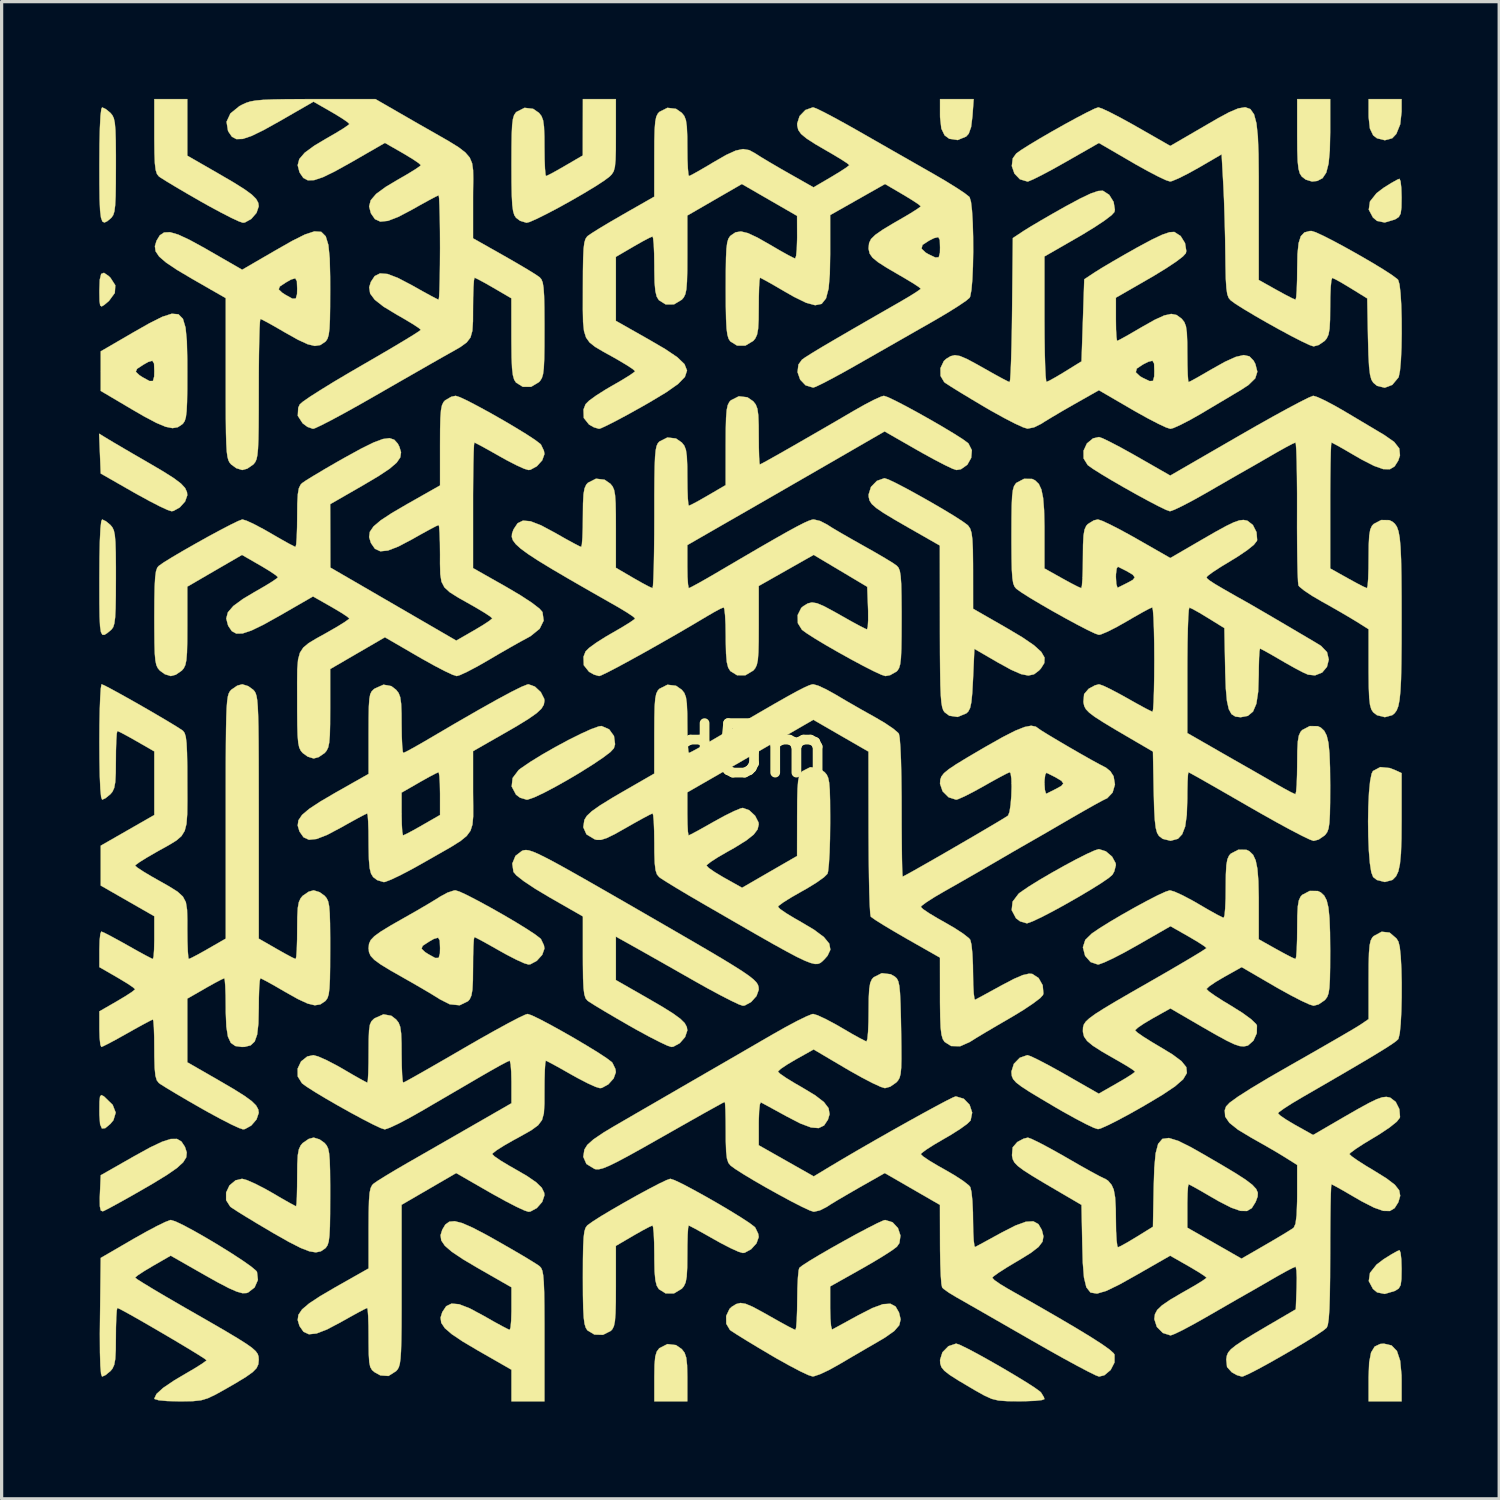
<source format=kicad_pcb>
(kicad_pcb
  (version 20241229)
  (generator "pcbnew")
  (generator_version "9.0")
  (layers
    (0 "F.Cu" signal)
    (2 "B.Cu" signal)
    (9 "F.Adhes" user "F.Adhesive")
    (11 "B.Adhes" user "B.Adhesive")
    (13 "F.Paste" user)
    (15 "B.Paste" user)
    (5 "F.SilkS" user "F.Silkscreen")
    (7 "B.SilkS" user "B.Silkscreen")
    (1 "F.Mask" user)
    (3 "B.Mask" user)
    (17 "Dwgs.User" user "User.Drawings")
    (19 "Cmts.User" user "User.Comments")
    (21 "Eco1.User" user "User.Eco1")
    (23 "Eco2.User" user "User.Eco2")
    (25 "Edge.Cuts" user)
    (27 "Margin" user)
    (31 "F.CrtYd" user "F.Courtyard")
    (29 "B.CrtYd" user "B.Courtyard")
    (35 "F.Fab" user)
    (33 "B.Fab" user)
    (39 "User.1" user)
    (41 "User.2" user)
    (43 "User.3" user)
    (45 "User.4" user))
  (footprint "d5m"
    (layer "F.Cu")
    (at 20.079 20.071)
    (property "Reference" "d5m" (at 0 0 0) (layer "F.SilkS") (effects (font (size 1.524 1.524) (thickness 0.3))))
    (attr through_hole)
    (fp_poly (pts (xy 6.841 -19.547) (xy 6.799 -19.207) (xy 6.725 -19) (xy 6.645 -18.912) (xy 6.383 -18.805) (xy 6.125 -18.845) (xy 5.982 -18.951) (xy 5.882 -19.16) (xy 5.843 -19.507) (xy 5.842 -19.586) (xy 5.842 -20.066) (xy 6.878 -20.066) (xy 6.841 -19.547)) (stroke (width 0.01) (type solid)) (fill yes) (layer "F.SilkS"))
    (fp_poly (pts (xy 20.066 -19.679) (xy 20.023 -19.289) (xy 19.903 -18.993) (xy 19.778 -18.861) (xy 19.55 -18.799) (xy 19.307 -18.86) (xy 19.19 -18.951) (xy 19.09 -19.16) (xy 19.051 -19.507) (xy 19.05 -19.586) (xy 19.05 -20.066) (xy 20.066 -20.066) (xy 20.066 -19.679)) (stroke (width 0.01) (type solid)) (fill yes) (layer "F.SilkS"))
    (fp_poly (pts (xy 19.758 18.344) (xy 19.922 18.515) (xy 20.022 18.815) (xy 20.064 19.258) (xy 20.066 19.425) (xy 20.066 20.066) (xy 19.05 20.066) (xy 19.05 19.317) (xy 19.067 18.867) (xy 19.126 18.561) (xy 19.236 18.379) (xy 19.407 18.298) (xy 19.522 18.289) (xy 19.758 18.344)) (stroke (width 0.01) (type solid)) (fill yes) (layer "F.SilkS"))
    (fp_poly (pts (xy -19.933 10.663) (xy -19.918 10.675) (xy -19.657 10.928) (xy -19.563 11.169) (xy -19.634 11.403) (xy -19.727 11.515) (xy -19.887 11.648) (xy -19.988 11.657) (xy -20.044 11.527) (xy -20.065 11.247) (xy -20.066 11.123) (xy -20.063 10.828) (xy -20.046 10.672) (xy -20.006 10.627) (xy -19.933 10.663)) (stroke (width 0.01) (type solid)) (fill yes) (layer "F.SilkS"))
    (fp_poly (pts (xy -19.785 -14.618) (xy -19.727 -14.563) (xy -19.576 -14.329) (xy -19.591 -14.092) (xy -19.772 -13.846) (xy -19.918 -13.723) (xy -19.997 -13.676) (xy -20.041 -13.706) (xy -20.061 -13.843) (xy -20.066 -14.114) (xy -20.066 -14.171) (xy -20.054 -14.503) (xy -20.011 -14.679) (xy -19.925 -14.713) (xy -19.785 -14.618)) (stroke (width 0.01) (type solid)) (fill yes) (layer "F.SilkS"))
    (fp_poly (pts (xy -2.296 18.333) (xy -2.117 18.457) (xy -2.031 18.569) (xy -1.98 18.721) (xy -1.954 18.956) (xy -1.947 19.314) (xy -1.947 19.346) (xy -1.947 20.066) (xy -2.963 20.066) (xy -2.963 19.317) (xy -2.957 18.938) (xy -2.935 18.689) (xy -2.889 18.534) (xy -2.813 18.433) (xy -2.808 18.428) (xy -2.56 18.302) (xy -2.296 18.333)) (stroke (width 0.01) (type solid)) (fill yes) (layer "F.SilkS"))
    (fp_poly (pts (xy 17.865 -19.044) (xy 17.854 -18.489) (xy 17.816 -18.081) (xy 17.744 -17.801) (xy 17.63 -17.63) (xy 17.468 -17.545) (xy 17.306 -17.527) (xy 17.112 -17.586) (xy 16.989 -17.681) (xy 16.93 -17.774) (xy 16.889 -17.921) (xy 16.864 -18.149) (xy 16.852 -18.489) (xy 16.849 -18.951) (xy 16.849 -20.066) (xy 17.865 -20.066) (xy 17.865 -19.044)) (stroke (width 0.01) (type solid)) (fill yes) (layer "F.SilkS"))
    (fp_poly (pts (xy 20.034 -17.533) (xy 20.057 -17.33) (xy 20.066 -17.044) (xy 20.066 -17.032) (xy 20.061 -16.722) (xy 20.037 -16.537) (xy 19.979 -16.433) (xy 19.874 -16.365) (xy 19.85 -16.354) (xy 19.546 -16.264) (xy 19.311 -16.312) (xy 19.184 -16.418) (xy 19.055 -16.66) (xy 19.092 -16.912) (xy 19.295 -17.168) (xy 19.515 -17.335) (xy 19.751 -17.482) (xy 19.93 -17.582) (xy 20.002 -17.611) (xy 20.034 -17.533)) (stroke (width 0.01) (type solid)) (fill yes) (layer "F.SilkS"))
    (fp_poly (pts (xy 20.034 15.487) (xy 20.057 15.69) (xy 20.066 15.976) (xy 20.066 15.988) (xy 20.061 16.298) (xy 20.037 16.483) (xy 19.979 16.587) (xy 19.874 16.655) (xy 19.85 16.666) (xy 19.546 16.756) (xy 19.311 16.708) (xy 19.184 16.602) (xy 19.055 16.36) (xy 19.092 16.108) (xy 19.295 15.852) (xy 19.515 15.685) (xy 19.751 15.538) (xy 19.93 15.438) (xy 20.002 15.409) (xy 20.034 15.487)) (stroke (width 0.01) (type solid)) (fill yes) (layer "F.SilkS"))
    (fp_poly (pts (xy -19.795 -9.585) (xy -19.615 -9.477) (xy -19.327 -9.308) (xy -18.969 -9.099) (xy -18.579 -8.873) (xy -18.542 -8.852) (xy -18.088 -8.585) (xy -17.764 -8.379) (xy -17.55 -8.216) (xy -17.424 -8.08) (xy -17.367 -7.954) (xy -17.357 -7.858) (xy -17.425 -7.665) (xy -17.589 -7.483) (xy -17.783 -7.375) (xy -17.843 -7.366) (xy -17.968 -7.407) (xy -18.208 -7.518) (xy -18.53 -7.684) (xy -18.903 -7.888) (xy -19.008 -7.947) (xy -20.024 -8.528) (xy -20.049 -9.142) (xy -20.074 -9.755) (xy -19.795 -9.585)) (stroke (width 0.01) (type solid)) (fill yes) (layer "F.SilkS"))
    (fp_poly (pts (xy -17.539 12.058) (xy -17.435 12.214) (xy -17.425 12.237) (xy -17.374 12.397) (xy -17.389 12.546) (xy -17.485 12.7) (xy -17.678 12.876) (xy -17.982 13.087) (xy -18.415 13.352) (xy -18.677 13.504) (xy -19.083 13.737) (xy -19.443 13.938) (xy -19.728 14.094) (xy -19.912 14.189) (xy -19.962 14.21) (xy -20.022 14.186) (xy -20.051 14.059) (xy -20.054 13.8) (xy -20.049 13.668) (xy -20.024 13.099) (xy -18.988 12.509) (xy -18.503 12.242) (xy -18.137 12.068) (xy -17.868 11.981) (xy -17.676 11.979) (xy -17.539 12.058)) (stroke (width 0.01) (type solid)) (fill yes) (layer "F.SilkS"))
    (fp_poly (pts (xy 19.702 0.549) (xy 19.85 0.606) (xy 20.066 0.705) (xy 20.066 2.136) (xy 20.062 2.73) (xy 20.046 3.179) (xy 20.015 3.505) (xy 19.966 3.733) (xy 19.895 3.885) (xy 19.797 3.986) (xy 19.778 3.999) (xy 19.55 4.061) (xy 19.307 4) (xy 19.19 3.909) (xy 19.133 3.762) (xy 19.089 3.481) (xy 19.058 3.103) (xy 19.04 2.661) (xy 19.034 2.192) (xy 19.042 1.728) (xy 19.062 1.305) (xy 19.096 0.958) (xy 19.143 0.721) (xy 19.183 0.641) (xy 19.409 0.52) (xy 19.702 0.549)) (stroke (width 0.01) (type solid)) (fill yes) (layer "F.SilkS"))
    (fp_poly (pts (xy -4.356 -0.644) (xy -4.207 -0.438) (xy -4.174 -0.185) (xy -4.21 -0.061) (xy -4.316 0.054) (xy -4.542 0.226) (xy -4.857 0.438) (xy -5.229 0.672) (xy -5.628 0.909) (xy -6.023 1.131) (xy -6.381 1.319) (xy -6.672 1.455) (xy -6.865 1.521) (xy -6.896 1.524) (xy -7.101 1.463) (xy -7.226 1.369) (xy -7.359 1.118) (xy -7.331 0.857) (xy -7.148 0.614) (xy -7.091 0.568) (xy -6.787 0.36) (xy -6.417 0.132) (xy -6.012 -0.099) (xy -5.603 -0.319) (xy -5.223 -0.508) (xy -4.903 -0.653) (xy -4.675 -0.734) (xy -4.59 -0.746) (xy -4.356 -0.644)) (stroke (width 0.01) (type solid)) (fill yes) (layer "F.SilkS"))
    (fp_poly (pts (xy -19.865 -19.757) (xy -19.727 -19.643) (xy -19.666 -19.569) (xy -19.621 -19.474) (xy -19.591 -19.33) (xy -19.572 -19.112) (xy -19.562 -18.792) (xy -19.558 -18.346) (xy -19.558 -18.005) (xy -19.56 -17.466) (xy -19.566 -17.072) (xy -19.58 -16.795) (xy -19.603 -16.611) (xy -19.639 -16.494) (xy -19.69 -16.419) (xy -19.713 -16.396) (xy -19.825 -16.303) (xy -19.911 -16.263) (xy -19.973 -16.294) (xy -20.016 -16.412) (xy -20.044 -16.634) (xy -20.059 -16.977) (xy -20.065 -17.457) (xy -20.066 -18.034) (xy -20.062 -18.676) (xy -20.05 -19.183) (xy -20.032 -19.548) (xy -20.006 -19.759) (xy -19.981 -19.812) (xy -19.865 -19.757)) (stroke (width 0.01) (type solid)) (fill yes) (layer "F.SilkS"))
    (fp_poly (pts (xy -19.865 -7.057) (xy -19.727 -6.943) (xy -19.666 -6.869) (xy -19.621 -6.774) (xy -19.591 -6.63) (xy -19.572 -6.412) (xy -19.562 -6.092) (xy -19.558 -5.646) (xy -19.558 -5.305) (xy -19.56 -4.765) (xy -19.567 -4.369) (xy -19.581 -4.092) (xy -19.605 -3.909) (xy -19.64 -3.794) (xy -19.691 -3.723) (xy -19.706 -3.709) (xy -19.823 -3.611) (xy -19.911 -3.556) (xy -19.975 -3.56) (xy -20.018 -3.642) (xy -20.045 -3.819) (xy -20.059 -4.108) (xy -20.065 -4.526) (xy -20.066 -5.092) (xy -20.066 -5.287) (xy -20.062 -5.939) (xy -20.051 -6.457) (xy -20.033 -6.83) (xy -20.008 -7.051) (xy -19.981 -7.112) (xy -19.865 -7.057)) (stroke (width 0.01) (type solid)) (fill yes) (layer "F.SilkS"))
    (fp_poly (pts (xy -17.357 -18.323) (xy -16.405 -17.776) (xy -15.937 -17.503) (xy -15.599 -17.291) (xy -15.372 -17.126) (xy -15.236 -16.991) (xy -15.17 -16.87) (xy -15.155 -16.764) (xy -15.223 -16.562) (xy -15.385 -16.374) (xy -15.581 -16.265) (xy -15.642 -16.257) (xy -15.764 -16.298) (xy -16.003 -16.409) (xy -16.33 -16.577) (xy -16.716 -16.786) (xy -16.942 -16.913) (xy -17.349 -17.147) (xy -17.711 -17.36) (xy -18 -17.534) (xy -18.186 -17.651) (xy -18.233 -17.685) (xy -18.291 -17.758) (xy -18.331 -17.883) (xy -18.356 -18.088) (xy -18.368 -18.402) (xy -18.373 -18.853) (xy -18.373 -18.933) (xy -18.373 -20.066) (xy -17.357 -20.066) (xy -17.357 -18.323)) (stroke (width 0.01) (type solid)) (fill yes) (layer "F.SilkS"))
    (fp_poly (pts (xy 10.952 3.116) (xy 11.144 3.28) (xy 11.253 3.481) (xy 11.261 3.54) (xy 11.211 3.735) (xy 11.155 3.836) (xy 11.035 3.94) (xy 10.799 4.101) (xy 10.478 4.301) (xy 10.104 4.523) (xy 9.708 4.749) (xy 9.322 4.961) (xy 8.976 5.14) (xy 8.704 5.269) (xy 8.536 5.331) (xy 8.513 5.334) (xy 8.308 5.273) (xy 8.183 5.179) (xy 8.05 4.928) (xy 8.078 4.667) (xy 8.261 4.424) (xy 8.319 4.378) (xy 8.569 4.207) (xy 8.899 4.002) (xy 9.275 3.782) (xy 9.667 3.562) (xy 10.041 3.361) (xy 10.366 3.197) (xy 10.61 3.087) (xy 10.738 3.048) (xy 10.952 3.116)) (stroke (width 0.01) (type solid)) (fill yes) (layer "F.SilkS"))
    (fp_poly (pts (xy 6.461 18.33) (xy 6.693 18.443) (xy 7.008 18.61) (xy 7.375 18.814) (xy 7.763 19.036) (xy 8.142 19.26) (xy 8.482 19.467) (xy 8.75 19.639) (xy 8.918 19.76) (xy 8.954 19.794) (xy 9.041 19.936) (xy 9.059 19.998) (xy 8.981 20.027) (xy 8.77 20.05) (xy 8.465 20.062) (xy 8.276 20.064) (xy 7.908 20.06) (xy 7.646 20.041) (xy 7.433 19.989) (xy 7.209 19.888) (xy 6.916 19.724) (xy 6.801 19.656) (xy 6.409 19.424) (xy 6.141 19.253) (xy 5.974 19.123) (xy 5.884 19.012) (xy 5.848 18.9) (xy 5.842 18.79) (xy 5.916 18.554) (xy 6.1 18.367) (xy 6.335 18.288) (xy 6.342 18.288) (xy 6.461 18.33)) (stroke (width 0.01) (type solid)) (fill yes) (layer "F.SilkS"))
    (fp_poly (pts (xy -17.629 -13.435) (xy -17.492 -13.296) (xy -17.411 -13.024) (xy -17.371 -12.61) (xy -17.358 -12.043) (xy -17.357 -11.669) (xy -17.358 -11.128) (xy -17.365 -10.731) (xy -17.378 -10.452) (xy -17.401 -10.266) (xy -17.436 -10.147) (xy -17.486 -10.071) (xy -17.512 -10.046) (xy -17.649 -9.955) (xy -17.812 -9.927) (xy -18.025 -9.969) (xy -18.311 -10.089) (xy -18.694 -10.292) (xy -19.05 -10.498) (xy -20.024 -11.074) (xy -20.024 -11.663) (xy -18.944 -11.663) (xy -18.834 -11.559) (xy -18.733 -11.494) (xy -18.523 -11.378) (xy -18.415 -11.38) (xy -18.377 -11.518) (xy -18.373 -11.684) (xy -18.381 -11.917) (xy -18.433 -12.004) (xy -18.564 -11.966) (xy -18.719 -11.877) (xy -18.906 -11.754) (xy -18.944 -11.663) (xy -20.024 -11.663) (xy -20.024 -12.293) (xy -19.018 -12.878) (xy -18.516 -13.163) (xy -18.126 -13.358) (xy -17.835 -13.452) (xy -17.629 -13.435)) (stroke (width 0.01) (type solid)) (fill yes) (layer "F.SilkS"))
    (fp_poly (pts (xy -4.149 -18.962) (xy -4.15 -18.508) (xy -4.159 -18.192) (xy -4.179 -17.981) (xy -4.215 -17.845) (xy -4.273 -17.751) (xy -4.339 -17.683) (xy -4.507 -17.556) (xy -4.779 -17.379) (xy -5.123 -17.171) (xy -5.507 -16.949) (xy -5.899 -16.731) (xy -6.268 -16.536) (xy -6.581 -16.38) (xy -6.806 -16.281) (xy -6.901 -16.256) (xy -7.102 -16.317) (xy -7.226 -16.411) (xy -7.278 -16.49) (xy -7.315 -16.614) (xy -7.341 -16.806) (xy -7.356 -17.093) (xy -7.364 -17.498) (xy -7.366 -18.048) (xy -7.366 -18.049) (xy -7.364 -18.59) (xy -7.358 -18.987) (xy -7.345 -19.266) (xy -7.321 -19.452) (xy -7.286 -19.571) (xy -7.237 -19.647) (xy -7.211 -19.672) (xy -6.962 -19.798) (xy -6.699 -19.767) (xy -6.519 -19.643) (xy -6.442 -19.545) (xy -6.392 -19.415) (xy -6.364 -19.217) (xy -6.352 -18.913) (xy -6.35 -18.584) (xy -6.346 -18.219) (xy -6.334 -17.927) (xy -6.317 -17.742) (xy -6.302 -17.695) (xy -6.211 -17.735) (xy -6.014 -17.84) (xy -5.752 -17.989) (xy -5.711 -18.013) (xy -5.168 -18.33) (xy -5.165 -20.066) (xy -4.149 -20.066) (xy -4.149 -18.962)) (stroke (width 0.01) (type solid)) (fill yes) (layer "F.SilkS"))
    (fp_poly (pts (xy -13.278 11.995) (xy -13.123 12.107) (xy -13.062 12.181) (xy -13.017 12.276) (xy -12.987 12.42) (xy -12.968 12.638) (xy -12.958 12.958) (xy -12.954 13.404) (xy -12.954 13.745) (xy -12.956 14.284) (xy -12.962 14.678) (xy -12.976 14.955) (xy -12.999 15.139) (xy -13.035 15.256) (xy -13.086 15.331) (xy -13.109 15.354) (xy -13.241 15.443) (xy -13.395 15.475) (xy -13.596 15.442) (xy -13.865 15.337) (xy -14.226 15.153) (xy -14.701 14.884) (xy -14.785 14.834) (xy -15.184 14.598) (xy -15.538 14.384) (xy -15.818 14.21) (xy -15.995 14.094) (xy -16.034 14.065) (xy -16.16 13.866) (xy -16.16 13.631) (xy -16.056 13.411) (xy -15.868 13.254) (xy -15.669 13.208) (xy -15.516 13.25) (xy -15.261 13.362) (xy -14.947 13.524) (xy -14.758 13.631) (xy -14.45 13.811) (xy -14.2 13.953) (xy -14.042 14.038) (xy -14.004 14.055) (xy -13.99 13.976) (xy -13.979 13.763) (xy -13.972 13.45) (xy -13.97 13.166) (xy -13.966 12.756) (xy -13.951 12.48) (xy -13.918 12.3) (xy -13.863 12.181) (xy -13.801 12.107) (xy -13.616 11.98) (xy -13.462 11.938) (xy -13.278 11.995)) (stroke (width 0.01) (type solid)) (fill yes) (layer "F.SilkS"))
    (fp_poly (pts (xy -8.875 14.577) (xy -8.547 14.722) (xy -8.11 14.952) (xy -7.811 15.12) (xy -7.4 15.355) (xy -7.033 15.569) (xy -6.74 15.746) (xy -6.549 15.867) (xy -6.498 15.904) (xy -6.451 15.957) (xy -6.415 16.042) (xy -6.389 16.18) (xy -6.371 16.391) (xy -6.359 16.697) (xy -6.353 17.119) (xy -6.35 17.678) (xy -6.35 18.047) (xy -6.35 20.066) (xy -7.366 20.066) (xy -7.366 19.579) (xy -7.366 19.092) (xy -8.391 18.505) (xy -8.866 18.224) (xy -9.203 17.998) (xy -9.419 17.812) (xy -9.53 17.647) (xy -9.551 17.486) (xy -9.499 17.317) (xy -9.378 17.135) (xy -9.212 17.054) (xy -8.979 17.074) (xy -8.658 17.198) (xy -8.228 17.428) (xy -8.221 17.432) (xy -7.903 17.613) (xy -7.641 17.756) (xy -7.468 17.845) (xy -7.419 17.865) (xy -7.394 17.787) (xy -7.375 17.58) (xy -7.366 17.286) (xy -7.366 17.209) (xy -7.366 16.552) (xy -8.391 15.965) (xy -8.866 15.684) (xy -9.203 15.458) (xy -9.419 15.272) (xy -9.53 15.107) (xy -9.551 14.946) (xy -9.499 14.777) (xy -9.405 14.619) (xy -9.283 14.53) (xy -9.113 14.515) (xy -8.875 14.577)) (stroke (width 0.01) (type solid)) (fill yes) (layer "F.SilkS"))
    (fp_poly (pts (xy 4.256 -8.341) (xy 4.492 -8.228) (xy 4.809 -8.063) (xy 5.177 -7.861) (xy 5.565 -7.642) (xy 5.941 -7.423) (xy 6.275 -7.221) (xy 6.535 -7.053) (xy 6.691 -6.939) (xy 6.71 -6.92) (xy 6.77 -6.831) (xy 6.812 -6.699) (xy 6.838 -6.497) (xy 6.853 -6.194) (xy 6.858 -5.763) (xy 6.859 -5.557) (xy 6.86 -4.36) (xy 7.878 -3.777) (xy 8.379 -3.479) (xy 8.736 -3.235) (xy 8.96 -3.032) (xy 9.063 -2.854) (xy 9.055 -2.687) (xy 8.948 -2.517) (xy 8.89 -2.455) (xy 8.737 -2.34) (xy 8.562 -2.302) (xy 8.336 -2.347) (xy 8.031 -2.481) (xy 7.62 -2.707) (xy 6.9 -3.125) (xy 6.858 -2.191) (xy 6.835 -1.769) (xy 6.807 -1.483) (xy 6.768 -1.302) (xy 6.712 -1.193) (xy 6.651 -1.136) (xy 6.385 -1.026) (xy 6.127 -1.064) (xy 5.981 -1.172) (xy 5.94 -1.233) (xy 5.908 -1.328) (xy 5.883 -1.475) (xy 5.865 -1.694) (xy 5.852 -2.002) (xy 5.845 -2.42) (xy 5.84 -2.966) (xy 5.838 -3.658) (xy 5.838 -3.818) (xy 5.836 -6.308) (xy 4.887 -6.85) (xy 4.429 -7.114) (xy 4.1 -7.313) (xy 3.877 -7.465) (xy 3.74 -7.587) (xy 3.669 -7.695) (xy 3.643 -7.808) (xy 3.641 -7.882) (xy 3.714 -8.115) (xy 3.895 -8.301) (xy 4.123 -8.382) (xy 4.134 -8.382) (xy 4.256 -8.341)) (stroke (width 0.01) (type solid)) (fill yes) (layer "F.SilkS"))
    (fp_poly (pts (xy -8.962 4.36) (xy -8.718 4.474) (xy -8.392 4.643) (xy -8.016 4.848) (xy -7.622 5.071) (xy -7.239 5.296) (xy -6.901 5.504) (xy -6.636 5.678) (xy -6.478 5.799) (xy -6.456 5.823) (xy -6.366 6.012) (xy -6.35 6.112) (xy -6.419 6.306) (xy -6.585 6.489) (xy -6.782 6.596) (xy -6.84 6.604) (xy -6.976 6.564) (xy -7.216 6.455) (xy -7.524 6.296) (xy -7.73 6.181) (xy -8.045 6.003) (xy -8.301 5.861) (xy -8.467 5.775) (xy -8.51 5.757) (xy -8.527 5.836) (xy -8.54 6.05) (xy -8.549 6.364) (xy -8.551 6.676) (xy -8.555 7.095) (xy -8.57 7.379) (xy -8.602 7.561) (xy -8.654 7.676) (xy -8.706 7.734) (xy -8.962 7.86) (xy -9.27 7.829) (xy -9.569 7.677) (xy -9.768 7.553) (xy -10.068 7.374) (xy -10.423 7.168) (xy -10.668 7.029) (xy -11.097 6.785) (xy -11.398 6.601) (xy -11.594 6.458) (xy -11.706 6.338) (xy -11.757 6.222) (xy -11.767 6.117) (xy -10.139 6.117) (xy -10.029 6.221) (xy -9.927 6.286) (xy -9.717 6.402) (xy -9.61 6.4) (xy -9.571 6.263) (xy -9.567 6.096) (xy -9.576 5.863) (xy -9.627 5.776) (xy -9.758 5.814) (xy -9.914 5.903) (xy -10.101 6.026) (xy -10.139 6.117) (xy -11.767 6.117) (xy -11.769 6.096) (xy -11.756 5.966) (xy -11.704 5.85) (xy -11.589 5.73) (xy -11.391 5.587) (xy -11.086 5.401) (xy -10.668 5.163) (xy -10.302 4.955) (xy -9.96 4.755) (xy -9.688 4.591) (xy -9.569 4.515) (xy -9.338 4.389) (xy -9.134 4.322) (xy -9.094 4.318) (xy -8.962 4.36)) (stroke (width 0.01) (type solid)) (fill yes) (layer "F.SilkS"))
    (fp_poly (pts (xy -6.832 3.087) (xy -6.71 3.125) (xy -6.542 3.196) (xy -6.314 3.309) (xy -6.012 3.468) (xy -5.623 3.683) (xy -5.134 3.959) (xy -4.531 4.304) (xy -3.8 4.724) (xy -3.471 4.914) (xy -2.637 5.396) (xy -1.938 5.801) (xy -1.361 6.137) (xy -0.896 6.412) (xy -0.53 6.635) (xy -0.251 6.812) (xy -0.047 6.953) (xy 0.092 7.063) (xy 0.181 7.153) (xy 0.229 7.229) (xy 0.249 7.299) (xy 0.254 7.371) (xy 0.254 7.382) (xy 0.185 7.575) (xy 0.021 7.758) (xy -0.175 7.866) (xy -0.234 7.874) (xy -0.354 7.834) (xy -0.593 7.721) (xy -0.924 7.551) (xy -1.322 7.337) (xy -1.695 7.128) (xy -2.17 6.858) (xy -2.64 6.591) (xy -3.068 6.349) (xy -3.413 6.154) (xy -3.577 6.062) (xy -4.149 5.743) (xy -4.149 7.083) (xy -3.197 7.627) (xy -2.729 7.899) (xy -2.391 8.11) (xy -2.164 8.275) (xy -2.027 8.41) (xy -1.962 8.531) (xy -1.947 8.636) (xy -2.016 8.84) (xy -2.179 9.028) (xy -2.377 9.136) (xy -2.437 9.144) (xy -2.56 9.104) (xy -2.799 8.992) (xy -3.127 8.824) (xy -3.513 8.614) (xy -3.736 8.488) (xy -4.143 8.253) (xy -4.505 8.04) (xy -4.793 7.866) (xy -4.979 7.748) (xy -5.025 7.715) (xy -5.081 7.646) (xy -5.12 7.527) (xy -5.145 7.332) (xy -5.159 7.034) (xy -5.164 6.606) (xy -5.165 6.361) (xy -5.165 5.122) (xy -6.19 4.535) (xy -6.633 4.27) (xy -6.98 4.04) (xy -7.212 3.859) (xy -7.304 3.752) (xy -7.341 3.494) (xy -7.243 3.256) (xy -7.04 3.1) (xy -6.988 3.084) (xy -6.92 3.075) (xy -6.832 3.087)) (stroke (width 0.01) (type solid)) (fill yes) (layer "F.SilkS"))
    (fp_poly (pts (xy 4.38 14.549) (xy 4.545 14.727) (xy 4.622 14.958) (xy 4.589 15.19) (xy 4.512 15.3) (xy 4.379 15.401) (xy 4.132 15.562) (xy 3.805 15.761) (xy 3.433 15.976) (xy 3.404 15.992) (xy 2.455 16.525) (xy 2.455 17.202) (xy 2.463 17.512) (xy 2.482 17.74) (xy 2.509 17.847) (xy 2.519 17.851) (xy 2.616 17.8) (xy 2.826 17.686) (xy 3.114 17.528) (xy 3.326 17.412) (xy 3.76 17.19) (xy 4.082 17.072) (xy 4.312 17.058) (xy 4.471 17.144) (xy 4.577 17.328) (xy 4.627 17.539) (xy 4.585 17.72) (xy 4.432 17.897) (xy 4.151 18.096) (xy 3.953 18.214) (xy 3.563 18.44) (xy 3.122 18.697) (xy 2.725 18.931) (xy 2.72 18.934) (xy 2.412 19.104) (xy 2.141 19.231) (xy 1.951 19.295) (xy 1.915 19.299) (xy 1.782 19.256) (xy 1.534 19.14) (xy 1.203 18.966) (xy 0.816 18.751) (xy 0.616 18.634) (xy 0.217 18.397) (xy -0.137 18.183) (xy -0.416 18.01) (xy -0.593 17.895) (xy -0.633 17.866) (xy -0.746 17.675) (xy -0.749 17.435) (xy -0.646 17.217) (xy -0.574 17.15) (xy -0.438 17.067) (xy -0.307 17.035) (xy -0.149 17.061) (xy 0.07 17.154) (xy 0.384 17.323) (xy 0.593 17.441) (xy 0.909 17.619) (xy 1.169 17.761) (xy 1.339 17.847) (xy 1.386 17.865) (xy 1.408 17.786) (xy 1.425 17.572) (xy 1.437 17.258) (xy 1.441 16.954) (xy 1.447 16.573) (xy 1.462 16.253) (xy 1.484 16.032) (xy 1.504 15.955) (xy 1.604 15.876) (xy 1.822 15.736) (xy 2.128 15.552) (xy 2.491 15.342) (xy 2.881 15.123) (xy 3.266 14.911) (xy 3.618 14.725) (xy 3.903 14.58) (xy 4.093 14.494) (xy 4.15 14.478) (xy 4.38 14.549)) (stroke (width 0.01) (type solid)) (fill yes) (layer "F.SilkS"))
    (fp_poly (pts (xy -2.343 13.25) (xy -2.103 13.364) (xy -1.782 13.533) (xy -1.41 13.738) (xy -1.019 13.961) (xy -0.639 14.186) (xy -0.301 14.394) (xy -0.037 14.566) (xy 0.123 14.687) (xy 0.148 14.713) (xy 0.238 14.902) (xy 0.254 15.002) (xy 0.185 15.196) (xy 0.019 15.379) (xy -0.178 15.486) (xy -0.236 15.494) (xy -0.372 15.454) (xy -0.612 15.345) (xy -0.92 15.186) (xy -1.126 15.071) (xy -1.441 14.893) (xy -1.697 14.751) (xy -1.863 14.665) (xy -1.906 14.647) (xy -1.923 14.726) (xy -1.937 14.939) (xy -1.945 15.252) (xy -1.947 15.536) (xy -1.951 15.946) (xy -1.966 16.222) (xy -1.999 16.402) (xy -2.055 16.521) (xy -2.117 16.595) (xy -2.357 16.739) (xy -2.614 16.74) (xy -2.823 16.609) (xy -2.889 16.502) (xy -2.931 16.332) (xy -2.955 16.067) (xy -2.963 15.673) (xy -2.963 15.551) (xy -2.968 15.183) (xy -2.981 14.887) (xy -3.001 14.698) (xy -3.019 14.647) (xy -3.115 14.687) (xy -3.315 14.792) (xy -3.578 14.941) (xy -3.612 14.961) (xy -4.149 15.275) (xy -4.149 16.514) (xy -4.151 17.006) (xy -4.16 17.356) (xy -4.178 17.593) (xy -4.209 17.746) (xy -4.256 17.842) (xy -4.304 17.894) (xy -4.545 18.016) (xy -4.809 18.009) (xy -5.025 17.879) (xy -5.076 17.8) (xy -5.114 17.676) (xy -5.139 17.484) (xy -5.155 17.197) (xy -5.163 16.792) (xy -5.165 16.242) (xy -5.165 16.241) (xy -5.163 15.699) (xy -5.156 15.3) (xy -5.142 15.021) (xy -5.119 14.836) (xy -5.084 14.721) (xy -5.034 14.65) (xy -5.016 14.634) (xy -4.852 14.517) (xy -4.586 14.348) (xy -4.248 14.147) (xy -3.87 13.929) (xy -3.483 13.712) (xy -3.118 13.515) (xy -2.807 13.353) (xy -2.579 13.245) (xy -2.47 13.208) (xy -2.343 13.25)) (stroke (width 0.01) (type solid)) (fill yes) (layer "F.SilkS"))
    (fp_poly (pts (xy -13.229 -15.976) (xy -13.091 -15.839) (xy -13.009 -15.57) (xy -12.968 -15.158) (xy -12.955 -14.593) (xy -12.954 -14.209) (xy -12.956 -13.668) (xy -12.962 -13.271) (xy -12.975 -12.992) (xy -12.999 -12.806) (xy -13.034 -12.687) (xy -13.083 -12.611) (xy -13.109 -12.586) (xy -13.257 -12.487) (xy -13.427 -12.46) (xy -13.648 -12.513) (xy -13.948 -12.652) (xy -14.335 -12.869) (xy -14.645 -13.049) (xy -14.899 -13.191) (xy -15.063 -13.276) (xy -15.105 -13.293) (xy -15.118 -13.212) (xy -15.131 -12.984) (xy -15.141 -12.632) (xy -15.149 -12.177) (xy -15.154 -11.644) (xy -15.155 -11.134) (xy -15.156 -10.471) (xy -15.159 -9.958) (xy -15.166 -9.571) (xy -15.178 -9.292) (xy -15.197 -9.098) (xy -15.224 -8.968) (xy -15.261 -8.883) (xy -15.31 -8.82) (xy -15.325 -8.805) (xy -15.509 -8.678) (xy -15.663 -8.636) (xy -15.848 -8.693) (xy -16.002 -8.805) (xy -16.051 -8.861) (xy -16.089 -8.934) (xy -16.118 -9.041) (xy -16.14 -9.204) (xy -16.154 -9.441) (xy -16.164 -9.772) (xy -16.169 -10.215) (xy -16.171 -10.791) (xy -16.171 -11.454) (xy -16.171 -13.933) (xy -16.641 -14.203) (xy -14.541 -14.203) (xy -14.431 -14.099) (xy -14.33 -14.034) (xy -14.12 -13.918) (xy -14.013 -13.92) (xy -13.974 -14.057) (xy -13.97 -14.224) (xy -13.979 -14.457) (xy -14.03 -14.544) (xy -14.161 -14.506) (xy -14.317 -14.417) (xy -14.504 -14.294) (xy -14.541 -14.203) (xy -16.641 -14.203) (xy -17.199 -14.523) (xy -17.672 -14.803) (xy -18.008 -15.028) (xy -18.224 -15.214) (xy -18.334 -15.377) (xy -18.355 -15.535) (xy -18.304 -15.703) (xy -18.204 -15.868) (xy -18.073 -15.956) (xy -17.89 -15.965) (xy -17.634 -15.89) (xy -17.285 -15.727) (xy -16.82 -15.473) (xy -16.72 -15.415) (xy -15.666 -14.808) (xy -14.637 -15.405) (xy -14.128 -15.695) (xy -13.733 -15.893) (xy -13.439 -15.99) (xy -13.229 -15.976)) (stroke (width 0.01) (type solid)) (fill yes) (layer "F.SilkS"))
    (fp_poly (pts (xy -17.722 14.522) (xy -17.473 14.64) (xy -17.146 14.816) (xy -16.771 15.03) (xy -16.378 15.265) (xy -15.998 15.501) (xy -15.661 15.721) (xy -15.398 15.906) (xy -15.24 16.038) (xy -15.209 16.078) (xy -15.181 16.325) (xy -15.283 16.557) (xy -15.483 16.712) (xy -15.535 16.729) (xy -15.657 16.733) (xy -15.831 16.685) (xy -16.079 16.576) (xy -16.427 16.394) (xy -16.809 16.18) (xy -17.868 15.576) (xy -18.417 15.892) (xy -18.68 16.049) (xy -18.875 16.176) (xy -18.963 16.249) (xy -18.965 16.254) (xy -18.895 16.308) (xy -18.698 16.432) (xy -18.395 16.616) (xy -18.006 16.846) (xy -17.552 17.11) (xy -17.268 17.273) (xy -16.656 17.624) (xy -16.175 17.903) (xy -15.81 18.121) (xy -15.544 18.289) (xy -15.362 18.418) (xy -15.248 18.521) (xy -15.186 18.608) (xy -15.161 18.691) (xy -15.155 18.78) (xy -15.155 18.789) (xy -15.168 18.924) (xy -15.222 19.042) (xy -15.341 19.165) (xy -15.547 19.312) (xy -15.864 19.505) (xy -16.148 19.669) (xy -16.479 19.854) (xy -16.722 19.97) (xy -16.935 20.034) (xy -17.179 20.06) (xy -17.51 20.066) (xy -17.609 20.066) (xy -17.975 20.057) (xy -18.236 20.033) (xy -18.364 19.995) (xy -18.373 19.981) (xy -18.306 19.839) (xy -18.102 19.653) (xy -17.753 19.417) (xy -17.412 19.216) (xy -17.123 19.046) (xy -16.9 18.906) (xy -16.778 18.817) (xy -16.764 18.799) (xy -16.833 18.746) (xy -17.021 18.626) (xy -17.301 18.454) (xy -17.645 18.248) (xy -18.025 18.023) (xy -18.413 17.797) (xy -18.781 17.584) (xy -19.102 17.402) (xy -19.348 17.267) (xy -19.49 17.195) (xy -19.513 17.187) (xy -19.531 17.266) (xy -19.546 17.479) (xy -19.556 17.792) (xy -19.558 18.076) (xy -19.562 18.486) (xy -19.577 18.762) (xy -19.61 18.942) (xy -19.665 19.061) (xy -19.727 19.135) (xy -19.88 19.259) (xy -19.983 19.304) (xy -20.014 19.22) (xy -20.036 18.97) (xy -20.048 18.557) (xy -20.051 17.985) (xy -20.046 17.475) (xy -20.024 15.647) (xy -19.018 15.062) (xy -18.638 14.848) (xy -18.302 14.669) (xy -18.039 14.541) (xy -17.882 14.481) (xy -17.863 14.478) (xy -17.722 14.522)) (stroke (width 0.01) (type solid)) (fill yes) (layer "F.SilkS"))
    (fp_poly (pts (xy -6.644 -1.961) (xy -6.462 -1.791) (xy -6.357 -1.584) (xy -6.35 -1.524) (xy -6.37 -1.402) (xy -6.445 -1.279) (xy -6.593 -1.141) (xy -6.836 -0.97) (xy -7.191 -0.751) (xy -7.6 -0.515) (xy -8.551 0.029) (xy -8.551 1.28) (xy -8.547 1.716) (xy -8.547 2.044) (xy -8.569 2.29) (xy -8.629 2.481) (xy -8.747 2.642) (xy -8.938 2.798) (xy -9.221 2.976) (xy -9.613 3.2) (xy -10.023 3.434) (xy -10.421 3.657) (xy -10.781 3.846) (xy -11.07 3.984) (xy -11.259 4.057) (xy -11.301 4.064) (xy -11.504 4.003) (xy -11.629 3.909) (xy -11.694 3.802) (xy -11.737 3.632) (xy -11.76 3.367) (xy -11.768 2.973) (xy -11.769 2.851) (xy -11.772 2.483) (xy -11.783 2.187) (xy -11.797 1.998) (xy -11.812 1.947) (xy -11.899 1.987) (xy -12.1 2.093) (xy -12.381 2.248) (xy -12.616 2.38) (xy -13.05 2.61) (xy -13.374 2.735) (xy -13.608 2.759) (xy -13.775 2.682) (xy -13.897 2.507) (xy -13.902 2.495) (xy -13.954 2.321) (xy -13.932 2.16) (xy -13.82 1.994) (xy -13.601 1.808) (xy -13.259 1.583) (xy -12.793 1.31) (xy -12.786 1.306) (xy -10.753 1.306) (xy -10.753 1.965) (xy -10.747 2.275) (xy -10.733 2.507) (xy -10.712 2.62) (xy -10.707 2.625) (xy -10.616 2.585) (xy -10.419 2.482) (xy -10.156 2.335) (xy -10.114 2.31) (xy -9.567 1.996) (xy -9.567 1.337) (xy -9.573 1.027) (xy -9.587 0.795) (xy -9.608 0.682) (xy -9.613 0.677) (xy -9.704 0.717) (xy -9.901 0.82) (xy -10.164 0.967) (xy -10.206 0.992) (xy -10.753 1.306) (xy -12.786 1.306) (xy -11.769 0.73) (xy -11.769 -0.519) (xy -11.767 -1.004) (xy -11.761 -1.349) (xy -11.746 -1.58) (xy -11.718 -1.727) (xy -11.673 -1.818) (xy -11.608 -1.88) (xy -11.58 -1.9) (xy -11.311 -2.02) (xy -11.069 -1.976) (xy -10.922 -1.863) (xy -10.845 -1.765) (xy -10.795 -1.635) (xy -10.767 -1.437) (xy -10.755 -1.133) (xy -10.753 -0.804) (xy -10.748 -0.439) (xy -10.735 -0.147) (xy -10.717 0.038) (xy -10.7 0.085) (xy -10.61 0.044) (xy -10.407 -0.066) (xy -10.124 -0.226) (xy -9.875 -0.372) (xy -9.079 -0.839) (xy -8.393 -1.234) (xy -7.823 -1.554) (xy -7.375 -1.795) (xy -7.056 -1.954) (xy -6.872 -2.027) (xy -6.842 -2.032) (xy -6.644 -1.961)) (stroke (width 0.01) (type solid)) (fill yes) (layer "F.SilkS"))
    (fp_poly (pts (xy 15.406 -19.759) (xy 15.519 -19.597) (xy 15.593 -19.32) (xy 15.636 -18.916) (xy 15.657 -18.374) (xy 15.663 -17.683) (xy 15.663 -16.964) (xy 15.663 -14.493) (xy 16.206 -14.189) (xy 16.476 -14.041) (xy 16.686 -13.933) (xy 16.795 -13.886) (xy 16.799 -13.885) (xy 16.819 -13.964) (xy 16.835 -14.178) (xy 16.846 -14.493) (xy 16.849 -14.811) (xy 16.858 -15.291) (xy 16.892 -15.626) (xy 16.96 -15.84) (xy 17.07 -15.957) (xy 17.232 -16) (xy 17.293 -16.002) (xy 17.424 -15.96) (xy 17.668 -15.847) (xy 17.994 -15.68) (xy 18.371 -15.476) (xy 18.768 -15.253) (xy 19.154 -15.029) (xy 19.497 -14.821) (xy 19.767 -14.646) (xy 19.932 -14.523) (xy 19.96 -14.494) (xy 20.001 -14.358) (xy 20.033 -14.088) (xy 20.055 -13.722) (xy 20.067 -13.295) (xy 20.069 -12.843) (xy 20.062 -12.402) (xy 20.044 -12.009) (xy 20.016 -11.699) (xy 19.978 -11.509) (xy 19.969 -11.488) (xy 19.779 -11.26) (xy 19.547 -11.172) (xy 19.31 -11.23) (xy 19.193 -11.328) (xy 19.135 -11.422) (xy 19.094 -11.577) (xy 19.065 -11.818) (xy 19.045 -12.174) (xy 19.032 -12.671) (xy 19.031 -12.702) (xy 19.008 -13.924) (xy 18.5 -14.238) (xy 18.239 -14.395) (xy 18.035 -14.509) (xy 17.93 -14.557) (xy 17.928 -14.557) (xy 17.902 -14.481) (xy 17.881 -14.27) (xy 17.868 -13.959) (xy 17.865 -13.674) (xy 17.861 -13.264) (xy 17.846 -12.988) (xy 17.813 -12.808) (xy 17.757 -12.689) (xy 17.695 -12.615) (xy 17.51 -12.488) (xy 17.355 -12.446) (xy 17.232 -12.487) (xy 16.996 -12.598) (xy 16.677 -12.761) (xy 16.307 -12.96) (xy 15.917 -13.177) (xy 15.54 -13.394) (xy 15.205 -13.594) (xy 14.944 -13.759) (xy 14.796 -13.868) (xy 14.736 -13.94) (xy 14.694 -14.055) (xy 14.667 -14.241) (xy 14.649 -14.526) (xy 14.64 -14.937) (xy 14.636 -15.232) (xy 14.628 -15.78) (xy 14.613 -16.371) (xy 14.595 -16.934) (xy 14.574 -17.4) (xy 14.573 -17.416) (xy 14.52 -18.365) (xy 13.801 -17.947) (xy 13.477 -17.768) (xy 13.194 -17.626) (xy 12.994 -17.542) (xy 12.931 -17.528) (xy 12.806 -17.568) (xy 12.567 -17.68) (xy 12.245 -17.848) (xy 11.872 -18.055) (xy 11.759 -18.121) (xy 10.738 -18.715) (xy 9.698 -18.121) (xy 9.315 -17.906) (xy 8.977 -17.726) (xy 8.716 -17.596) (xy 8.562 -17.531) (xy 8.539 -17.526) (xy 8.303 -17.596) (xy 8.134 -17.773) (xy 8.054 -18.005) (xy 8.083 -18.24) (xy 8.191 -18.39) (xy 8.343 -18.499) (xy 8.599 -18.66) (xy 8.928 -18.858) (xy 9.301 -19.074) (xy 9.685 -19.29) (xy 10.05 -19.489) (xy 10.365 -19.654) (xy 10.598 -19.768) (xy 10.718 -19.812) (xy 10.72 -19.812) (xy 10.841 -19.772) (xy 11.077 -19.661) (xy 11.398 -19.495) (xy 11.773 -19.289) (xy 11.899 -19.217) (xy 12.939 -18.623) (xy 13.961 -19.217) (xy 14.395 -19.469) (xy 14.748 -19.66) (xy 15.029 -19.779) (xy 15.246 -19.816) (xy 15.406 -19.759)) (stroke (width 0.01) (type solid)) (fill yes) (layer "F.SilkS"))
    (fp_poly (pts (xy 17.481 -10.88) (xy 17.722 -10.768) (xy 18.033 -10.602) (xy 18.298 -10.45) (xy 18.681 -10.222) (xy 19.062 -9.995) (xy 19.387 -9.801) (xy 19.531 -9.716) (xy 19.838 -9.501) (xy 19.995 -9.3) (xy 20.016 -9.086) (xy 19.963 -8.925) (xy 19.851 -8.748) (xy 19.705 -8.66) (xy 19.5 -8.664) (xy 19.217 -8.764) (xy 18.832 -8.961) (xy 18.576 -9.109) (xy 18.288 -9.277) (xy 18.058 -9.406) (xy 17.924 -9.476) (xy 17.905 -9.483) (xy 17.893 -9.402) (xy 17.883 -9.176) (xy 17.875 -8.827) (xy 17.869 -8.381) (xy 17.865 -7.859) (xy 17.865 -7.543) (xy 17.865 -5.603) (xy 18.408 -5.299) (xy 18.678 -5.151) (xy 18.887 -5.043) (xy 18.996 -4.996) (xy 19 -4.995) (xy 19.02 -5.074) (xy 19.037 -5.288) (xy 19.047 -5.602) (xy 19.05 -5.914) (xy 19.054 -6.333) (xy 19.069 -6.617) (xy 19.1 -6.799) (xy 19.152 -6.914) (xy 19.205 -6.972) (xy 19.437 -7.094) (xy 19.684 -7.091) (xy 19.778 -7.047) (xy 19.857 -6.981) (xy 19.921 -6.888) (xy 19.97 -6.75) (xy 20.007 -6.548) (xy 20.033 -6.266) (xy 20.05 -5.884) (xy 20.06 -5.384) (xy 20.065 -4.75) (xy 20.066 -4.064) (xy 20.065 -3.295) (xy 20.059 -2.678) (xy 20.049 -2.193) (xy 20.03 -1.824) (xy 20.003 -1.552) (xy 19.965 -1.359) (xy 19.914 -1.227) (xy 19.849 -1.138) (xy 19.778 -1.081) (xy 19.55 -1.019) (xy 19.307 -1.08) (xy 19.19 -1.171) (xy 19.133 -1.26) (xy 19.093 -1.4) (xy 19.068 -1.618) (xy 19.055 -1.942) (xy 19.05 -2.401) (xy 19.05 -2.527) (xy 19.05 -3.729) (xy 18.684 -3.96) (xy 18.437 -4.109) (xy 18.102 -4.304) (xy 17.74 -4.51) (xy 17.627 -4.572) (xy 17.319 -4.752) (xy 17.07 -4.917) (xy 16.917 -5.041) (xy 16.888 -5.079) (xy 16.875 -5.196) (xy 16.863 -5.457) (xy 16.854 -5.839) (xy 16.848 -6.317) (xy 16.845 -6.868) (xy 16.846 -7.344) (xy 16.846 -7.926) (xy 16.841 -8.447) (xy 16.834 -8.886) (xy 16.823 -9.22) (xy 16.809 -9.425) (xy 16.796 -9.483) (xy 16.701 -9.443) (xy 16.499 -9.337) (xy 16.227 -9.185) (xy 16.137 -9.133) (xy 15.81 -8.944) (xy 15.498 -8.764) (xy 15.264 -8.631) (xy 15.24 -8.617) (xy 15.051 -8.51) (xy 14.757 -8.341) (xy 14.396 -8.133) (xy 14.009 -7.91) (xy 14.006 -7.908) (xy 13.639 -7.703) (xy 13.316 -7.533) (xy 13.069 -7.415) (xy 12.932 -7.366) (xy 12.925 -7.366) (xy 12.809 -7.407) (xy 12.58 -7.518) (xy 12.267 -7.681) (xy 11.903 -7.879) (xy 11.518 -8.095) (xy 11.144 -8.311) (xy 10.812 -8.51) (xy 10.552 -8.674) (xy 10.396 -8.786) (xy 10.393 -8.788) (xy 10.267 -8.992) (xy 10.265 -9.231) (xy 10.368 -9.454) (xy 10.555 -9.61) (xy 10.74 -9.652) (xy 10.854 -9.612) (xy 11.083 -9.501) (xy 11.399 -9.336) (xy 11.77 -9.131) (xy 11.898 -9.058) (xy 12.937 -8.464) (xy 15.063 -9.693) (xy 15.612 -10.008) (xy 16.12 -10.293) (xy 16.566 -10.537) (xy 16.93 -10.73) (xy 17.193 -10.862) (xy 17.334 -10.92) (xy 17.346 -10.922) (xy 17.481 -10.88)) (stroke (width 0.01) (type solid)) (fill yes) (layer "F.SilkS"))
    (fp_poly (pts (xy 10.863 -17.241) (xy 11.055 -17.117) (xy 11.191 -16.898) (xy 11.23 -16.656) (xy 11.216 -16.587) (xy 11.127 -16.489) (xy 10.916 -16.328) (xy 10.611 -16.125) (xy 10.24 -15.897) (xy 10.113 -15.823) (xy 9.059 -15.217) (xy 9.059 -13.281) (xy 9.062 -12.729) (xy 9.069 -12.239) (xy 9.081 -11.834) (xy 9.095 -11.539) (xy 9.113 -11.375) (xy 9.123 -11.351) (xy 9.222 -11.395) (xy 9.421 -11.506) (xy 9.659 -11.648) (xy 11.874 -11.648) (xy 12.005 -11.525) (xy 12.086 -11.478) (xy 12.3 -11.376) (xy 12.406 -11.383) (xy 12.443 -11.523) (xy 12.446 -11.684) (xy 12.439 -11.916) (xy 12.39 -12.004) (xy 12.259 -11.972) (xy 12.103 -11.893) (xy 11.906 -11.764) (xy 11.874 -11.648) (xy 9.659 -11.648) (xy 9.68 -11.661) (xy 9.694 -11.67) (xy 10.202 -11.984) (xy 10.245 -13.249) (xy 10.287 -14.514) (xy 10.626 -14.738) (xy 10.833 -14.867) (xy 11.146 -15.053) (xy 11.522 -15.27) (xy 11.915 -15.492) (xy 12.362 -15.732) (xy 12.688 -15.887) (xy 12.914 -15.964) (xy 13.058 -15.973) (xy 13.065 -15.971) (xy 13.257 -15.847) (xy 13.392 -15.628) (xy 13.431 -15.386) (xy 13.417 -15.317) (xy 13.328 -15.219) (xy 13.118 -15.058) (xy 12.813 -14.855) (xy 12.441 -14.627) (xy 12.314 -14.553) (xy 11.261 -13.947) (xy 11.261 -13.281) (xy 11.265 -12.969) (xy 11.278 -12.736) (xy 11.295 -12.621) (xy 11.3 -12.615) (xy 11.386 -12.656) (xy 11.583 -12.764) (xy 11.859 -12.923) (xy 12.057 -13.039) (xy 12.458 -13.265) (xy 12.751 -13.399) (xy 12.966 -13.446) (xy 13.132 -13.413) (xy 13.279 -13.306) (xy 13.293 -13.293) (xy 13.37 -13.195) (xy 13.42 -13.065) (xy 13.448 -12.867) (xy 13.46 -12.563) (xy 13.462 -12.234) (xy 13.466 -11.869) (xy 13.475 -11.577) (xy 13.489 -11.392) (xy 13.502 -11.345) (xy 13.588 -11.386) (xy 13.783 -11.493) (xy 14.052 -11.648) (xy 14.173 -11.719) (xy 14.621 -11.97) (xy 14.957 -12.122) (xy 15.201 -12.178) (xy 15.376 -12.139) (xy 15.503 -12.009) (xy 15.56 -11.903) (xy 15.62 -11.666) (xy 15.555 -11.46) (xy 15.348 -11.257) (xy 15.128 -11.112) (xy 14.863 -10.954) (xy 14.509 -10.743) (xy 14.12 -10.512) (xy 13.896 -10.378) (xy 13.556 -10.185) (xy 13.257 -10.03) (xy 13.036 -9.931) (xy 12.941 -9.906) (xy 12.812 -9.947) (xy 12.57 -10.06) (xy 12.246 -10.228) (xy 11.871 -10.436) (xy 11.759 -10.501) (xy 10.738 -11.095) (xy 9.962 -10.656) (xy 9.612 -10.455) (xy 9.296 -10.268) (xy 9.055 -10.122) (xy 8.962 -10.061) (xy 8.739 -9.951) (xy 8.538 -9.911) (xy 8.398 -9.954) (xy 8.144 -10.071) (xy 7.808 -10.245) (xy 7.418 -10.461) (xy 7.22 -10.576) (xy 6.821 -10.813) (xy 6.467 -11.027) (xy 6.188 -11.2) (xy 6.011 -11.315) (xy 5.971 -11.344) (xy 5.858 -11.535) (xy 5.855 -11.775) (xy 5.958 -11.993) (xy 6.03 -12.06) (xy 6.166 -12.143) (xy 6.297 -12.175) (xy 6.455 -12.149) (xy 6.674 -12.056) (xy 6.988 -11.887) (xy 7.197 -11.769) (xy 7.513 -11.591) (xy 7.773 -11.449) (xy 7.942 -11.363) (xy 7.988 -11.345) (xy 8.003 -11.426) (xy 8.018 -11.654) (xy 8.032 -12.008) (xy 8.045 -12.464) (xy 8.056 -13.001) (xy 8.063 -13.565) (xy 8.086 -15.784) (xy 8.424 -16.008) (xy 8.632 -16.137) (xy 8.945 -16.323) (xy 9.321 -16.54) (xy 9.714 -16.762) (xy 10.161 -17.002) (xy 10.487 -17.157) (xy 10.712 -17.234) (xy 10.857 -17.243) (xy 10.863 -17.241)) (stroke (width 0.01) (type solid)) (fill yes) (layer "F.SilkS"))
    (fp_poly (pts (xy -11.557 -20.066) (xy -10.245 -19.31) (xy -9.709 -19.005) (xy -9.299 -18.77) (xy -8.997 -18.583) (xy -8.788 -18.422) (xy -8.654 -18.266) (xy -8.58 -18.09) (xy -8.549 -17.875) (xy -8.545 -17.596) (xy -8.55 -17.233) (xy -8.551 -17.028) (xy -8.551 -15.777) (xy -7.599 -15.239) (xy -7.226 -15.025) (xy -6.897 -14.831) (xy -6.645 -14.676) (xy -6.505 -14.581) (xy -6.498 -14.576) (xy -6.444 -14.513) (xy -6.404 -14.413) (xy -6.378 -14.251) (xy -6.361 -14.002) (xy -6.353 -13.639) (xy -6.35 -13.14) (xy -6.35 -12.983) (xy -6.351 -12.447) (xy -6.357 -12.055) (xy -6.37 -11.779) (xy -6.393 -11.593) (xy -6.429 -11.472) (xy -6.48 -11.388) (xy -6.519 -11.345) (xy -6.76 -11.201) (xy -7.016 -11.2) (xy -7.226 -11.331) (xy -7.283 -11.42) (xy -7.322 -11.559) (xy -7.348 -11.776) (xy -7.362 -12.098) (xy -7.367 -12.555) (xy -7.368 -12.707) (xy -7.369 -13.928) (xy -7.912 -14.245) (xy -8.181 -14.399) (xy -8.389 -14.511) (xy -8.498 -14.562) (xy -8.503 -14.563) (xy -8.523 -14.484) (xy -8.538 -14.27) (xy -8.548 -13.956) (xy -8.551 -13.644) (xy -8.553 -13.22) (xy -8.572 -12.926) (xy -8.629 -12.721) (xy -8.746 -12.568) (xy -8.943 -12.425) (xy -9.242 -12.254) (xy -9.313 -12.215) (xy -9.52 -12.098) (xy -9.847 -11.912) (xy -10.264 -11.673) (xy -10.746 -11.397) (xy -11.265 -11.099) (xy -11.557 -10.931) (xy -12.059 -10.645) (xy -12.519 -10.389) (xy -12.914 -10.176) (xy -13.222 -10.018) (xy -13.421 -9.925) (xy -13.483 -9.906) (xy -13.65 -9.963) (xy -13.801 -10.075) (xy -13.951 -10.306) (xy -13.938 -10.553) (xy -13.89 -10.659) (xy -13.797 -10.74) (xy -13.578 -10.892) (xy -13.252 -11.1) (xy -12.843 -11.352) (xy -12.369 -11.633) (xy -11.985 -11.856) (xy -11.485 -12.146) (xy -11.036 -12.409) (xy -10.66 -12.634) (xy -10.376 -12.808) (xy -10.204 -12.92) (xy -10.16 -12.957) (xy -10.229 -13.017) (xy -10.415 -13.139) (xy -10.686 -13.301) (xy -10.887 -13.416) (xy -11.304 -13.668) (xy -11.578 -13.882) (xy -11.721 -14.074) (xy -11.751 -14.266) (xy -11.7 -14.433) (xy -11.581 -14.613) (xy -11.417 -14.695) (xy -11.186 -14.677) (xy -10.867 -14.556) (xy -10.439 -14.332) (xy -10.414 -14.318) (xy -10.094 -14.138) (xy -9.832 -13.995) (xy -9.66 -13.906) (xy -9.61 -13.885) (xy -9.597 -13.966) (xy -9.585 -14.189) (xy -9.576 -14.53) (xy -9.57 -14.963) (xy -9.567 -15.46) (xy -9.567 -15.494) (xy -9.569 -15.995) (xy -9.575 -16.432) (xy -9.585 -16.78) (xy -9.596 -17.012) (xy -9.609 -17.102) (xy -9.61 -17.103) (xy -9.697 -17.063) (xy -9.898 -16.957) (xy -10.18 -16.802) (xy -10.414 -16.67) (xy -10.848 -16.44) (xy -11.172 -16.315) (xy -11.407 -16.291) (xy -11.574 -16.368) (xy -11.695 -16.543) (xy -11.7 -16.555) (xy -11.753 -16.759) (xy -11.704 -16.949) (xy -11.537 -17.144) (xy -11.238 -17.363) (xy -10.887 -17.572) (xy -10.579 -17.75) (xy -10.335 -17.899) (xy -10.188 -18.001) (xy -10.16 -18.031) (xy -10.228 -18.095) (xy -10.408 -18.217) (xy -10.663 -18.372) (xy -10.713 -18.401) (xy -11.266 -18.718) (xy -12.318 -18.112) (xy -12.806 -17.841) (xy -13.175 -17.661) (xy -13.447 -17.57) (xy -13.641 -17.564) (xy -13.781 -17.638) (xy -13.885 -17.789) (xy -13.902 -17.825) (xy -13.955 -18.029) (xy -13.905 -18.219) (xy -13.738 -18.414) (xy -13.439 -18.633) (xy -13.088 -18.842) (xy -12.78 -19.02) (xy -12.537 -19.169) (xy -12.39 -19.271) (xy -12.361 -19.301) (xy -12.429 -19.365) (xy -12.609 -19.487) (xy -12.864 -19.642) (xy -12.914 -19.671) (xy -13.467 -19.988) (xy -14.52 -19.382) (xy -15.007 -19.111) (xy -15.377 -18.931) (xy -15.648 -18.84) (xy -15.843 -18.834) (xy -15.982 -18.908) (xy -16.086 -19.059) (xy -16.103 -19.095) (xy -16.147 -19.368) (xy -16.028 -19.624) (xy -15.752 -19.849) (xy -15.67 -19.893) (xy -15.547 -19.95) (xy -15.414 -19.993) (xy -15.244 -20.023) (xy -15.015 -20.044) (xy -14.701 -20.057) (xy -14.277 -20.064) (xy -13.719 -20.066) (xy -13.444 -20.066) (xy -11.557 -20.066)) (stroke (width 0.01) (type solid)) (fill yes) (layer "F.SilkS"))
    (fp_poly (pts (xy -6.743 8.17) (xy -6.504 8.284) (xy -6.183 8.453) (xy -5.812 8.658) (xy -5.421 8.881) (xy -5.042 9.106) (xy -4.704 9.313) (xy -4.44 9.486) (xy -4.28 9.607) (xy -4.255 9.633) (xy -4.164 9.822) (xy -4.149 9.922) (xy -4.218 10.116) (xy -4.383 10.299) (xy -4.58 10.406) (xy -4.639 10.414) (xy -4.774 10.374) (xy -5.015 10.265) (xy -5.322 10.106) (xy -5.529 9.991) (xy -5.843 9.813) (xy -6.1 9.671) (xy -6.265 9.585) (xy -6.309 9.567) (xy -6.325 9.646) (xy -6.339 9.86) (xy -6.348 10.174) (xy -6.35 10.486) (xy -6.351 10.898) (xy -6.368 11.189) (xy -6.425 11.396) (xy -6.545 11.557) (xy -6.752 11.709) (xy -7.068 11.888) (xy -7.303 12.016) (xy -7.595 12.183) (xy -7.821 12.326) (xy -7.945 12.424) (xy -7.959 12.446) (xy -7.889 12.517) (xy -7.705 12.644) (xy -7.438 12.805) (xy -7.31 12.877) (xy -6.889 13.121) (xy -6.604 13.317) (xy -6.433 13.484) (xy -6.358 13.638) (xy -6.35 13.716) (xy -6.419 13.92) (xy -6.584 14.109) (xy -6.783 14.217) (xy -6.842 14.224) (xy -6.968 14.183) (xy -7.208 14.072) (xy -7.532 13.905) (xy -7.908 13.698) (xy -8.032 13.628) (xy -9.07 13.031) (xy -9.911 13.52) (xy -10.753 14.009) (xy -10.753 16.487) (xy -10.753 17.201) (xy -10.755 17.765) (xy -10.761 18.199) (xy -10.771 18.521) (xy -10.786 18.751) (xy -10.808 18.909) (xy -10.838 19.013) (xy -10.877 19.084) (xy -10.922 19.135) (xy -11.156 19.284) (xy -11.406 19.267) (xy -11.58 19.172) (xy -11.663 19.102) (xy -11.718 19.008) (xy -11.749 18.857) (xy -11.764 18.614) (xy -11.769 18.245) (xy -11.769 18.114) (xy -11.772 17.741) (xy -11.782 17.439) (xy -11.797 17.244) (xy -11.812 17.187) (xy -11.899 17.227) (xy -12.1 17.333) (xy -12.381 17.488) (xy -12.616 17.62) (xy -13.05 17.85) (xy -13.374 17.975) (xy -13.608 17.999) (xy -13.775 17.922) (xy -13.897 17.747) (xy -13.902 17.735) (xy -13.954 17.561) (xy -13.932 17.4) (xy -13.82 17.234) (xy -13.601 17.048) (xy -13.259 16.823) (xy -12.793 16.55) (xy -11.769 15.97) (xy -11.769 14.729) (xy -11.766 14.236) (xy -11.757 13.884) (xy -11.739 13.647) (xy -11.707 13.496) (xy -11.66 13.403) (xy -11.62 13.362) (xy -11.492 13.272) (xy -11.25 13.121) (xy -10.928 12.928) (xy -10.561 12.714) (xy -10.541 12.703) (xy -10.103 12.452) (xy -9.582 12.153) (xy -9.038 11.841) (xy -8.535 11.552) (xy -8.488 11.525) (xy -7.366 10.88) (xy -7.366 10.224) (xy -7.373 9.915) (xy -7.391 9.684) (xy -7.417 9.572) (xy -7.424 9.567) (xy -7.515 9.608) (xy -7.722 9.717) (xy -8.011 9.88) (xy -8.334 10.066) (xy -8.768 10.32) (xy -9.278 10.617) (xy -9.792 10.917) (xy -10.146 11.124) (xy -10.519 11.334) (xy -10.851 11.509) (xy -11.111 11.63) (xy -11.263 11.683) (xy -11.275 11.684) (xy -11.398 11.643) (xy -11.634 11.532) (xy -11.953 11.368) (xy -12.322 11.169) (xy -12.71 10.952) (xy -13.086 10.735) (xy -13.419 10.535) (xy -13.677 10.37) (xy -13.822 10.264) (xy -13.953 10.054) (xy -13.956 9.813) (xy -13.851 9.591) (xy -13.659 9.438) (xy -13.471 9.398) (xy -13.319 9.44) (xy -13.065 9.552) (xy -12.752 9.715) (xy -12.565 9.821) (xy -12.257 10.001) (xy -12.006 10.143) (xy -11.847 10.228) (xy -11.808 10.245) (xy -11.792 10.166) (xy -11.779 9.952) (xy -11.771 9.637) (xy -11.769 9.318) (xy -11.766 8.908) (xy -11.755 8.633) (xy -11.729 8.459) (xy -11.681 8.352) (xy -11.607 8.279) (xy -11.58 8.26) (xy -11.311 8.14) (xy -11.069 8.184) (xy -10.922 8.297) (xy -10.845 8.395) (xy -10.795 8.525) (xy -10.767 8.723) (xy -10.755 9.027) (xy -10.753 9.356) (xy -10.748 9.721) (xy -10.736 10.013) (xy -10.719 10.198) (xy -10.703 10.245) (xy -10.619 10.204) (xy -10.41 10.089) (xy -10.095 9.911) (xy -9.695 9.682) (xy -9.23 9.414) (xy -8.839 9.186) (xy -8.332 8.894) (xy -7.867 8.633) (xy -7.466 8.414) (xy -7.15 8.249) (xy -6.942 8.151) (xy -6.869 8.128) (xy -6.743 8.17)) (stroke (width 0.01) (type solid)) (fill yes) (layer "F.SilkS"))
    (fp_poly (pts (xy 15.282 3.069) (xy 15.375 3.113) (xy 15.489 3.223) (xy 15.569 3.395) (xy 15.622 3.654) (xy 15.652 4.026) (xy 15.663 4.535) (xy 15.663 4.686) (xy 15.663 5.827) (xy 16.206 6.131) (xy 16.476 6.279) (xy 16.686 6.387) (xy 16.795 6.434) (xy 16.799 6.435) (xy 16.819 6.356) (xy 16.835 6.142) (xy 16.846 5.828) (xy 16.849 5.516) (xy 16.853 5.097) (xy 16.868 4.813) (xy 16.899 4.631) (xy 16.951 4.516) (xy 17.003 4.458) (xy 17.236 4.336) (xy 17.483 4.339) (xy 17.577 4.383) (xy 17.681 4.48) (xy 17.758 4.628) (xy 17.811 4.85) (xy 17.843 5.171) (xy 17.86 5.614) (xy 17.865 6.175) (xy 17.863 6.689) (xy 17.856 7.061) (xy 17.841 7.319) (xy 17.815 7.49) (xy 17.775 7.602) (xy 17.717 7.682) (xy 17.695 7.705) (xy 17.51 7.832) (xy 17.355 7.874) (xy 17.222 7.833) (xy 16.976 7.72) (xy 16.649 7.551) (xy 16.272 7.343) (xy 16.161 7.279) (xy 15.138 6.684) (xy 14.597 6.987) (xy 14.333 7.143) (xy 14.141 7.274) (xy 14.056 7.355) (xy 14.055 7.36) (xy 14.123 7.43) (xy 14.308 7.562) (xy 14.579 7.736) (xy 14.809 7.874) (xy 15.163 8.096) (xy 15.43 8.291) (xy 15.583 8.439) (xy 15.608 8.485) (xy 15.603 8.721) (xy 15.5 8.951) (xy 15.335 9.097) (xy 15.312 9.106) (xy 15.201 9.128) (xy 15.076 9.117) (xy 14.911 9.062) (xy 14.68 8.952) (xy 14.357 8.776) (xy 13.917 8.524) (xy 13.882 8.503) (xy 12.942 7.957) (xy 12.398 8.261) (xy 12.134 8.417) (xy 11.941 8.548) (xy 11.855 8.627) (xy 11.853 8.633) (xy 11.922 8.7) (xy 12.108 8.83) (xy 12.38 9) (xy 12.611 9.137) (xy 13.007 9.377) (xy 13.282 9.582) (xy 13.431 9.767) (xy 13.449 9.948) (xy 13.334 10.141) (xy 13.079 10.363) (xy 12.682 10.628) (xy 12.137 10.952) (xy 12.124 10.96) (xy 11.701 11.199) (xy 11.32 11.404) (xy 11.007 11.561) (xy 10.791 11.656) (xy 10.71 11.677) (xy 10.58 11.635) (xy 10.336 11.52) (xy 10.007 11.347) (xy 9.623 11.134) (xy 9.431 11.023) (xy 8.949 10.738) (xy 8.593 10.523) (xy 8.346 10.362) (xy 8.186 10.239) (xy 8.096 10.137) (xy 8.055 10.043) (xy 8.044 9.939) (xy 8.043 9.9) (xy 8.117 9.665) (xy 8.299 9.478) (xy 8.53 9.398) (xy 8.539 9.398) (xy 8.652 9.438) (xy 8.882 9.549) (xy 9.197 9.714) (xy 9.569 9.919) (xy 9.695 9.991) (xy 10.733 10.585) (xy 11.292 10.266) (xy 11.559 10.11) (xy 11.757 9.984) (xy 11.85 9.912) (xy 11.852 9.906) (xy 11.784 9.848) (xy 11.602 9.731) (xy 11.341 9.578) (xy 11.247 9.525) (xy 10.835 9.288) (xy 10.551 9.106) (xy 10.374 8.959) (xy 10.28 8.825) (xy 10.246 8.686) (xy 10.245 8.636) (xy 10.249 8.54) (xy 10.274 8.453) (xy 10.334 8.363) (xy 10.446 8.259) (xy 10.626 8.128) (xy 10.889 7.961) (xy 11.251 7.744) (xy 11.729 7.467) (xy 12.337 7.119) (xy 12.349 7.112) (xy 12.832 6.834) (xy 13.262 6.583) (xy 13.619 6.372) (xy 13.881 6.213) (xy 14.028 6.117) (xy 14.053 6.096) (xy 13.985 6.037) (xy 13.805 5.92) (xy 13.549 5.767) (xy 13.498 5.738) (xy 12.944 5.423) (xy 11.916 6.013) (xy 11.529 6.229) (xy 11.182 6.409) (xy 10.905 6.538) (xy 10.733 6.601) (xy 10.707 6.604) (xy 10.481 6.528) (xy 10.312 6.335) (xy 10.245 6.075) (xy 10.245 6.072) (xy 10.318 5.845) (xy 10.52 5.648) (xy 10.763 5.483) (xy 11.086 5.282) (xy 11.458 5.063) (xy 11.846 4.844) (xy 12.219 4.642) (xy 12.544 4.475) (xy 12.79 4.362) (xy 12.925 4.318) (xy 12.926 4.318) (xy 13.07 4.36) (xy 13.317 4.472) (xy 13.625 4.635) (xy 13.809 4.741) (xy 14.119 4.922) (xy 14.374 5.064) (xy 14.541 5.149) (xy 14.584 5.165) (xy 14.61 5.086) (xy 14.63 4.872) (xy 14.644 4.558) (xy 14.647 4.246) (xy 14.651 3.827) (xy 14.666 3.543) (xy 14.698 3.361) (xy 14.75 3.246) (xy 14.802 3.188) (xy 15.035 3.066) (xy 15.282 3.069)) (stroke (width 0.01) (type solid)) (fill yes) (layer "F.SilkS"))
    (fp_poly (pts (xy 4.321 6.904) (xy 4.45 6.978) (xy 4.51 7.034) (xy 4.554 7.12) (xy 4.586 7.261) (xy 4.608 7.482) (xy 4.623 7.807) (xy 4.635 8.263) (xy 4.641 8.581) (xy 4.649 9.118) (xy 4.651 9.511) (xy 4.644 9.788) (xy 4.626 9.974) (xy 4.594 10.096) (xy 4.546 10.18) (xy 4.493 10.239) (xy 4.306 10.369) (xy 4.143 10.414) (xy 4.009 10.372) (xy 3.762 10.258) (xy 3.435 10.088) (xy 3.06 9.878) (xy 2.957 9.818) (xy 1.946 9.221) (xy 1.396 9.529) (xy 1.131 9.686) (xy 0.936 9.817) (xy 0.848 9.899) (xy 0.847 9.905) (xy 0.916 9.974) (xy 1.102 10.102) (xy 1.374 10.268) (xy 1.578 10.385) (xy 1.992 10.634) (xy 2.263 10.843) (xy 2.406 11.031) (xy 2.437 11.217) (xy 2.387 11.385) (xy 2.267 11.565) (xy 2.101 11.645) (xy 1.867 11.626) (xy 1.542 11.505) (xy 1.125 11.29) (xy 0.804 11.114) (xy 0.54 10.97) (xy 0.366 10.876) (xy 0.318 10.851) (xy 0.288 10.916) (xy 0.266 11.111) (xy 0.255 11.4) (xy 0.254 11.499) (xy 0.254 12.174) (xy 1.102 12.654) (xy 1.95 13.134) (xy 2.435 12.841) (xy 2.86 12.588) (xy 3.335 12.31) (xy 3.841 12.019) (xy 4.353 11.728) (xy 4.85 11.449) (xy 5.309 11.195) (xy 5.71 10.977) (xy 6.028 10.808) (xy 6.242 10.701) (xy 6.328 10.668) (xy 6.573 10.741) (xy 6.752 10.925) (xy 6.832 11.167) (xy 6.783 11.412) (xy 6.677 11.516) (xy 6.459 11.674) (xy 6.166 11.859) (xy 5.976 11.969) (xy 5.668 12.149) (xy 5.424 12.304) (xy 5.277 12.414) (xy 5.249 12.449) (xy 5.319 12.518) (xy 5.506 12.645) (xy 5.779 12.808) (xy 5.97 12.915) (xy 6.291 13.101) (xy 6.557 13.275) (xy 6.732 13.413) (xy 6.774 13.464) (xy 6.81 13.612) (xy 6.838 13.885) (xy 6.855 14.238) (xy 6.858 14.479) (xy 6.864 14.834) (xy 6.879 15.112) (xy 6.902 15.278) (xy 6.921 15.311) (xy 7.018 15.26) (xy 7.229 15.146) (xy 7.517 14.988) (xy 7.729 14.872) (xy 8.163 14.65) (xy 8.485 14.532) (xy 8.715 14.518) (xy 8.873 14.604) (xy 8.98 14.788) (xy 9.028 14.979) (xy 9 15.145) (xy 8.877 15.308) (xy 8.64 15.491) (xy 8.27 15.719) (xy 8.208 15.755) (xy 7.894 15.943) (xy 7.643 16.104) (xy 7.487 16.217) (xy 7.451 16.258) (xy 7.519 16.331) (xy 7.697 16.455) (xy 7.938 16.6) (xy 8.787 17.082) (xy 9.495 17.49) (xy 10.07 17.829) (xy 10.519 18.103) (xy 10.85 18.317) (xy 11.072 18.476) (xy 11.192 18.585) (xy 11.219 18.627) (xy 11.218 18.869) (xy 11.1 19.099) (xy 10.906 19.262) (xy 10.743 19.303) (xy 10.636 19.262) (xy 10.403 19.147) (xy 10.065 18.969) (xy 9.644 18.74) (xy 9.16 18.469) (xy 8.669 18.189) (xy 8.127 17.878) (xy 7.614 17.583) (xy 7.154 17.319) (xy 6.771 17.1) (xy 6.49 16.939) (xy 6.35 16.86) (xy 6.119 16.721) (xy 5.952 16.602) (xy 5.907 16.557) (xy 5.884 16.444) (xy 5.865 16.195) (xy 5.851 15.842) (xy 5.843 15.417) (xy 5.842 15.24) (xy 5.839 14.012) (xy 4.989 13.522) (xy 4.139 13.031) (xy 3.361 13.472) (xy 3.011 13.674) (xy 2.693 13.86) (xy 2.452 14.007) (xy 2.358 14.069) (xy 2.141 14.18) (xy 1.952 14.224) (xy 1.827 14.183) (xy 1.589 14.072) (xy 1.268 13.908) (xy 0.897 13.708) (xy 0.506 13.491) (xy 0.127 13.273) (xy -0.209 13.071) (xy -0.471 12.904) (xy -0.614 12.799) (xy -0.681 12.717) (xy -0.725 12.583) (xy -0.75 12.367) (xy -0.761 12.035) (xy -0.762 11.756) (xy -0.765 11.384) (xy -0.772 11.085) (xy -0.783 10.892) (xy -0.794 10.837) (xy -0.874 10.877) (xy -1.08 10.991) (xy -1.394 11.165) (xy -1.795 11.391) (xy -2.263 11.656) (xy -2.709 11.909) (xy -3.295 12.241) (xy -3.754 12.496) (xy -4.103 12.682) (xy -4.361 12.808) (xy -4.546 12.883) (xy -4.676 12.915) (xy -4.77 12.913) (xy -4.805 12.904) (xy -5.056 12.751) (xy -5.153 12.53) (xy -5.118 12.306) (xy -5.028 12.162) (xy -4.841 11.995) (xy -4.536 11.788) (xy -4.228 11.603) (xy -3.892 11.408) (xy -3.451 11.152) (xy -2.942 10.858) (xy -2.406 10.547) (xy -1.9 10.254) (xy -1.35 9.936) (xy -0.762 9.596) (xy -0.185 9.262) (xy 0.333 8.961) (xy 0.695 8.752) (xy 1.088 8.53) (xy 1.439 8.343) (xy 1.719 8.206) (xy 1.895 8.135) (xy 1.931 8.128) (xy 2.07 8.17) (xy 2.312 8.282) (xy 2.617 8.444) (xy 2.802 8.551) (xy 3.112 8.732) (xy 3.368 8.874) (xy 3.534 8.959) (xy 3.577 8.975) (xy 3.603 8.896) (xy 3.624 8.682) (xy 3.637 8.368) (xy 3.641 8.056) (xy 3.645 7.637) (xy 3.66 7.353) (xy 3.691 7.171) (xy 3.743 7.056) (xy 3.796 6.998) (xy 4.047 6.871) (xy 4.321 6.904)) (stroke (width 0.01) (type solid)) (fill yes) (layer "F.SilkS"))
    (fp_poly (pts (xy -8.956 -10.88) (xy -8.713 -10.766) (xy -8.39 -10.597) (xy -8.015 -10.392) (xy -7.622 -10.169) (xy -7.241 -9.944) (xy -6.902 -9.736) (xy -6.638 -9.563) (xy -6.479 -9.442) (xy -6.456 -9.417) (xy -6.366 -9.228) (xy -6.35 -9.128) (xy -6.419 -8.934) (xy -6.585 -8.751) (xy -6.782 -8.644) (xy -6.84 -8.636) (xy -6.976 -8.676) (xy -7.216 -8.785) (xy -7.524 -8.944) (xy -7.73 -9.059) (xy -8.045 -9.237) (xy -8.301 -9.379) (xy -8.467 -9.465) (xy -8.51 -9.483) (xy -8.522 -9.402) (xy -8.532 -9.176) (xy -8.541 -8.827) (xy -8.547 -8.381) (xy -8.551 -7.86) (xy -8.551 -7.548) (xy -8.551 -5.613) (xy -7.525 -5.032) (xy -7.082 -4.77) (xy -6.735 -4.543) (xy -6.503 -4.364) (xy -6.411 -4.258) (xy -6.374 -3.995) (xy -6.498 -3.743) (xy -6.775 -3.518) (xy -6.868 -3.466) (xy -7.089 -3.347) (xy -7.407 -3.168) (xy -7.777 -2.955) (xy -8.065 -2.785) (xy -8.412 -2.586) (xy -8.718 -2.425) (xy -8.946 -2.319) (xy -9.056 -2.286) (xy -9.181 -2.327) (xy -9.42 -2.439) (xy -9.742 -2.607) (xy -10.116 -2.815) (xy -10.236 -2.884) (xy -11.266 -3.482) (xy -12.11 -2.992) (xy -12.954 -2.501) (xy -12.954 -1.293) (xy -12.956 -0.811) (xy -12.964 -0.469) (xy -12.983 -0.237) (xy -13.015 -0.085) (xy -13.065 0.016) (xy -13.123 0.085) (xy -13.308 0.212) (xy -13.462 0.254) (xy -13.646 0.197) (xy -13.801 0.085) (xy -13.862 0.011) (xy -13.907 -0.084) (xy -13.937 -0.228) (xy -13.956 -0.446) (xy -13.966 -0.766) (xy -13.97 -1.212) (xy -13.97 -1.553) (xy -13.971 -2.096) (xy -13.967 -2.499) (xy -13.943 -2.792) (xy -13.886 -3.003) (xy -13.783 -3.162) (xy -13.621 -3.298) (xy -13.386 -3.44) (xy -13.065 -3.618) (xy -13.018 -3.645) (xy -12.726 -3.813) (xy -12.502 -3.953) (xy -12.378 -4.042) (xy -12.364 -4.06) (xy -12.433 -4.121) (xy -12.615 -4.24) (xy -12.872 -4.393) (xy -12.924 -4.423) (xy -13.482 -4.74) (xy -14.527 -4.138) (xy -15.014 -3.867) (xy -15.382 -3.689) (xy -15.652 -3.599) (xy -15.846 -3.595) (xy -15.985 -3.671) (xy -16.089 -3.824) (xy -16.103 -3.855) (xy -16.156 -4.059) (xy -16.106 -4.249) (xy -15.939 -4.444) (xy -15.64 -4.663) (xy -15.29 -4.872) (xy -14.981 -5.05) (xy -14.738 -5.199) (xy -14.591 -5.301) (xy -14.563 -5.331) (xy -14.631 -5.395) (xy -14.811 -5.517) (xy -15.066 -5.672) (xy -15.117 -5.701) (xy -15.671 -6.02) (xy -16.514 -5.531) (xy -17.357 -5.041) (xy -17.357 -3.833) (xy -17.359 -3.351) (xy -17.367 -3.009) (xy -17.386 -2.777) (xy -17.418 -2.625) (xy -17.467 -2.524) (xy -17.526 -2.455) (xy -17.71 -2.328) (xy -17.865 -2.286) (xy -18.049 -2.343) (xy -18.203 -2.455) (xy -18.265 -2.529) (xy -18.31 -2.624) (xy -18.34 -2.768) (xy -18.359 -2.986) (xy -18.368 -3.305) (xy -18.372 -3.751) (xy -18.373 -4.096) (xy -18.37 -4.645) (xy -18.362 -5.048) (xy -18.346 -5.33) (xy -18.321 -5.514) (xy -18.283 -5.624) (xy -18.241 -5.676) (xy -18.087 -5.785) (xy -17.827 -5.946) (xy -17.494 -6.142) (xy -17.117 -6.357) (xy -16.729 -6.574) (xy -16.358 -6.774) (xy -16.037 -6.942) (xy -15.795 -7.06) (xy -15.664 -7.111) (xy -15.657 -7.112) (xy -15.524 -7.071) (xy -15.286 -6.96) (xy -14.983 -6.799) (xy -14.791 -6.689) (xy -14.48 -6.509) (xy -14.226 -6.367) (xy -14.062 -6.282) (xy -14.021 -6.265) (xy -14 -6.344) (xy -13.984 -6.558) (xy -13.973 -6.872) (xy -13.97 -7.184) (xy -13.966 -7.605) (xy -13.95 -7.89) (xy -13.919 -8.071) (xy -13.866 -8.182) (xy -13.822 -8.229) (xy -13.699 -8.314) (xy -13.457 -8.463) (xy -13.127 -8.66) (xy -12.736 -8.886) (xy -12.51 -9.014) (xy -12.002 -9.293) (xy -11.615 -9.484) (xy -11.329 -9.591) (xy -11.124 -9.618) (xy -10.978 -9.569) (xy -10.87 -9.449) (xy -10.821 -9.353) (xy -10.77 -9.184) (xy -10.793 -9.025) (xy -10.905 -8.862) (xy -11.123 -8.675) (xy -11.463 -8.449) (xy -11.928 -8.173) (xy -12.954 -7.583) (xy -12.951 -6.607) (xy -12.949 -5.63) (xy -11.008 -4.504) (xy -9.067 -3.378) (xy -8.513 -3.697) (xy -8.248 -3.855) (xy -8.052 -3.984) (xy -7.961 -4.059) (xy -7.959 -4.065) (xy -8.027 -4.126) (xy -8.211 -4.246) (xy -8.477 -4.405) (xy -8.615 -4.483) (xy -9.001 -4.701) (xy -9.266 -4.867) (xy -9.432 -5.019) (xy -9.523 -5.193) (xy -9.56 -5.427) (xy -9.568 -5.758) (xy -9.567 -6.024) (xy -9.571 -6.396) (xy -9.581 -6.695) (xy -9.596 -6.888) (xy -9.61 -6.943) (xy -9.697 -6.903) (xy -9.898 -6.797) (xy -10.18 -6.642) (xy -10.414 -6.51) (xy -10.848 -6.28) (xy -11.172 -6.155) (xy -11.407 -6.131) (xy -11.574 -6.208) (xy -11.695 -6.383) (xy -11.7 -6.395) (xy -11.753 -6.569) (xy -11.731 -6.73) (xy -11.618 -6.896) (xy -11.399 -7.082) (xy -11.058 -7.307) (xy -10.591 -7.58) (xy -9.567 -8.16) (xy -9.567 -9.401) (xy -9.565 -9.892) (xy -9.556 -10.243) (xy -9.538 -10.48) (xy -9.507 -10.633) (xy -9.46 -10.73) (xy -9.412 -10.782) (xy -9.222 -10.893) (xy -9.086 -10.922) (xy -8.956 -10.88)) (stroke (width 0.01) (type solid)) (fill yes) (layer "F.SilkS"))
    (fp_poly (pts (xy -15.479 -1.975) (xy -15.325 -1.863) (xy -15.284 -1.817) (xy -15.251 -1.758) (xy -15.224 -1.671) (xy -15.202 -1.54) (xy -15.186 -1.35) (xy -15.174 -1.085) (xy -15.165 -0.73) (xy -15.16 -0.27) (xy -15.157 0.311) (xy -15.156 1.028) (xy -15.155 1.896) (xy -15.155 2.056) (xy -15.155 5.806) (xy -14.609 6.12) (xy -14.339 6.272) (xy -14.13 6.384) (xy -14.021 6.434) (xy -14.016 6.435) (xy -13.997 6.356) (xy -13.982 6.143) (xy -13.972 5.83) (xy -13.97 5.546) (xy -13.966 5.136) (xy -13.951 4.86) (xy -13.918 4.68) (xy -13.863 4.561) (xy -13.801 4.487) (xy -13.616 4.36) (xy -13.462 4.318) (xy -13.278 4.375) (xy -13.123 4.487) (xy -13.062 4.561) (xy -13.017 4.656) (xy -12.987 4.8) (xy -12.968 5.018) (xy -12.958 5.338) (xy -12.954 5.784) (xy -12.954 6.125) (xy -12.956 6.664) (xy -12.962 7.058) (xy -12.976 7.335) (xy -12.999 7.519) (xy -13.035 7.636) (xy -13.086 7.711) (xy -13.109 7.734) (xy -13.257 7.833) (xy -13.427 7.86) (xy -13.648 7.807) (xy -13.948 7.668) (xy -14.335 7.451) (xy -14.645 7.271) (xy -14.899 7.129) (xy -15.063 7.044) (xy -15.105 7.027) (xy -15.125 7.106) (xy -15.142 7.32) (xy -15.152 7.634) (xy -15.155 7.946) (xy -15.166 8.426) (xy -15.204 8.762) (xy -15.28 8.977) (xy -15.404 9.095) (xy -15.588 9.141) (xy -15.678 9.144) (xy -15.876 9.116) (xy -16.015 9.018) (xy -16.104 8.827) (xy -16.153 8.519) (xy -16.171 8.072) (xy -16.171 7.931) (xy -16.175 7.563) (xy -16.186 7.267) (xy -16.202 7.078) (xy -16.217 7.027) (xy -16.308 7.067) (xy -16.505 7.17) (xy -16.768 7.317) (xy -16.81 7.342) (xy -17.357 7.656) (xy -17.357 9.617) (xy -16.405 10.164) (xy -15.937 10.437) (xy -15.599 10.649) (xy -15.372 10.814) (xy -15.236 10.949) (xy -15.17 11.07) (xy -15.155 11.176) (xy -15.223 11.378) (xy -15.385 11.566) (xy -15.581 11.675) (xy -15.642 11.683) (xy -15.764 11.642) (xy -16.003 11.531) (xy -16.33 11.363) (xy -16.716 11.154) (xy -16.942 11.027) (xy -17.349 10.793) (xy -17.711 10.58) (xy -18 10.406) (xy -18.186 10.289) (xy -18.233 10.255) (xy -18.297 10.172) (xy -18.339 10.029) (xy -18.362 9.795) (xy -18.372 9.438) (xy -18.373 9.218) (xy -18.376 8.846) (xy -18.386 8.546) (xy -18.401 8.353) (xy -18.416 8.297) (xy -18.503 8.337) (xy -18.703 8.443) (xy -18.984 8.597) (xy -19.203 8.721) (xy -19.522 8.899) (xy -19.784 9.04) (xy -19.958 9.126) (xy -20.007 9.144) (xy -20.037 9.067) (xy -20.058 8.865) (xy -20.066 8.596) (xy -20.066 8.048) (xy -19.516 7.731) (xy -19.252 7.573) (xy -19.057 7.445) (xy -18.967 7.371) (xy -18.965 7.366) (xy -19.033 7.304) (xy -19.213 7.183) (xy -19.468 7.029) (xy -19.516 7.001) (xy -20.066 6.684) (xy -20.066 6.136) (xy -20.058 5.857) (xy -20.036 5.659) (xy -20.007 5.588) (xy -19.913 5.627) (xy -19.706 5.734) (xy -19.421 5.889) (xy -19.203 6.011) (xy -18.887 6.189) (xy -18.628 6.33) (xy -18.461 6.416) (xy -18.416 6.435) (xy -18.395 6.357) (xy -18.38 6.15) (xy -18.373 5.856) (xy -18.373 5.775) (xy -18.373 5.116) (xy -20.024 4.17) (xy -20.024 2.942) (xy -18.373 1.996) (xy -18.373 0.036) (xy -18.919 -0.278) (xy -19.189 -0.43) (xy -19.398 -0.542) (xy -19.507 -0.592) (xy -19.512 -0.593) (xy -19.531 -0.514) (xy -19.546 -0.301) (xy -19.556 0.012) (xy -19.558 0.296) (xy -19.562 0.706) (xy -19.577 0.982) (xy -19.61 1.162) (xy -19.665 1.281) (xy -19.727 1.355) (xy -19.879 1.479) (xy -19.981 1.524) (xy -20.012 1.441) (xy -20.036 1.198) (xy -20.053 0.804) (xy -20.063 0.268) (xy -20.066 -0.254) (xy -20.063 -0.782) (xy -20.054 -1.248) (xy -20.04 -1.626) (xy -20.023 -1.893) (xy -20.003 -2.023) (xy -19.996 -2.032) (xy -19.902 -1.992) (xy -19.692 -1.882) (xy -19.396 -1.72) (xy -19.046 -1.524) (xy -18.671 -1.31) (xy -18.301 -1.095) (xy -17.967 -0.898) (xy -17.698 -0.735) (xy -17.525 -0.624) (xy -17.488 -0.596) (xy -17.44 -0.531) (xy -17.404 -0.413) (xy -17.38 -0.217) (xy -17.366 0.079) (xy -17.358 0.5) (xy -17.357 1.013) (xy -17.355 1.563) (xy -17.36 1.972) (xy -17.382 2.269) (xy -17.437 2.484) (xy -17.536 2.645) (xy -17.692 2.781) (xy -17.919 2.92) (xy -18.229 3.092) (xy -18.309 3.137) (xy -18.601 3.306) (xy -18.826 3.446) (xy -18.951 3.537) (xy -18.965 3.556) (xy -18.897 3.617) (xy -18.713 3.738) (xy -18.447 3.897) (xy -18.309 3.975) (xy -17.923 4.193) (xy -17.658 4.359) (xy -17.492 4.511) (xy -17.401 4.685) (xy -17.364 4.919) (xy -17.356 5.25) (xy -17.357 5.516) (xy -17.353 5.888) (xy -17.342 6.187) (xy -17.326 6.38) (xy -17.311 6.435) (xy -17.22 6.395) (xy -17.023 6.292) (xy -16.76 6.145) (xy -16.718 6.12) (xy -16.171 5.806) (xy -16.171 2.056) (xy -16.171 1.161) (xy -16.17 0.42) (xy -16.167 -0.182) (xy -16.162 -0.661) (xy -16.154 -1.033) (xy -16.143 -1.311) (xy -16.127 -1.513) (xy -16.107 -1.653) (xy -16.081 -1.746) (xy -16.048 -1.809) (xy -16.009 -1.855) (xy -16.002 -1.863) (xy -15.818 -1.99) (xy -15.663 -2.032) (xy -15.479 -1.975)) (stroke (width 0.01) (type solid)) (fill yes) (layer "F.SilkS"))
    (fp_poly (pts (xy 4.233 -10.881) (xy 4.469 -10.769) (xy 4.788 -10.604) (xy 5.158 -10.403) (xy 5.549 -10.183) (xy 5.929 -9.963) (xy 6.268 -9.759) (xy 6.535 -9.59) (xy 6.698 -9.471) (xy 6.717 -9.454) (xy 6.822 -9.247) (xy 6.802 -9.011) (xy 6.682 -8.798) (xy 6.486 -8.66) (xy 6.349 -8.636) (xy 6.229 -8.676) (xy 5.993 -8.788) (xy 5.673 -8.954) (xy 5.299 -9.159) (xy 5.172 -9.231) (xy 4.133 -9.826) (xy 3.231 -9.305) (xy 2.463 -8.861) (xy 1.573 -8.348) (xy 0.587 -7.779) (xy -0.471 -7.171) (xy -0.868 -6.943) (xy -1.947 -6.322) (xy -1.947 -5.659) (xy -1.942 -5.348) (xy -1.926 -5.115) (xy -1.905 -5.001) (xy -1.898 -4.995) (xy -1.81 -5.036) (xy -1.608 -5.145) (xy -1.325 -5.305) (xy -1.073 -5.452) (xy -0.335 -5.885) (xy 0.271 -6.239) (xy 0.759 -6.52) (xy 1.143 -6.737) (xy 1.435 -6.896) (xy 1.65 -7.006) (xy 1.801 -7.073) (xy 1.902 -7.106) (xy 1.95 -7.112) (xy 2.149 -7.064) (xy 2.358 -6.956) (xy 2.52 -6.853) (xy 2.792 -6.692) (xy 3.134 -6.496) (xy 3.471 -6.306) (xy 3.833 -6.102) (xy 4.151 -5.916) (xy 4.389 -5.77) (xy 4.508 -5.687) (xy 4.562 -5.625) (xy 4.602 -5.525) (xy 4.628 -5.364) (xy 4.645 -5.117) (xy 4.653 -4.758) (xy 4.657 -4.264) (xy 4.657 -4.064) (xy 4.655 -3.52) (xy 4.649 -3.12) (xy 4.636 -2.838) (xy 4.613 -2.65) (xy 4.578 -2.53) (xy 4.529 -2.454) (xy 4.502 -2.426) (xy 4.304 -2.314) (xy 4.159 -2.286) (xy 4.033 -2.327) (xy 3.793 -2.438) (xy 3.471 -2.602) (xy 3.098 -2.802) (xy 2.706 -3.02) (xy 2.326 -3.238) (xy 1.99 -3.44) (xy 1.728 -3.608) (xy 1.587 -3.711) (xy 1.46 -3.916) (xy 1.454 -4.165) (xy 1.564 -4.385) (xy 1.628 -4.44) (xy 1.764 -4.523) (xy 1.894 -4.555) (xy 2.052 -4.529) (xy 2.271 -4.436) (xy 2.585 -4.267) (xy 2.794 -4.149) (xy 3.111 -3.97) (xy 3.372 -3.829) (xy 3.543 -3.743) (xy 3.591 -3.725) (xy 3.615 -3.803) (xy 3.627 -4.009) (xy 3.626 -4.303) (xy 3.623 -4.381) (xy 3.598 -5.037) (xy 2.773 -5.529) (xy 1.947 -6.021) (xy 1.101 -5.542) (xy 0.254 -5.062) (xy 0.254 -3.843) (xy 0.252 -3.359) (xy 0.244 -3.015) (xy 0.226 -2.781) (xy 0.194 -2.628) (xy 0.145 -2.526) (xy 0.085 -2.455) (xy -0.156 -2.311) (xy -0.412 -2.31) (xy -0.622 -2.441) (xy -0.688 -2.548) (xy -0.73 -2.718) (xy -0.753 -2.983) (xy -0.762 -3.377) (xy -0.762 -3.499) (xy -0.768 -3.867) (xy -0.783 -4.163) (xy -0.805 -4.352) (xy -0.826 -4.402) (xy -0.926 -4.362) (xy -1.125 -4.255) (xy -1.355 -4.121) (xy -1.809 -3.851) (xy -2.295 -3.568) (xy -2.792 -3.284) (xy -3.274 -3.012) (xy -3.72 -2.766) (xy -4.106 -2.557) (xy -4.408 -2.4) (xy -4.604 -2.307) (xy -4.665 -2.286) (xy -4.824 -2.332) (xy -4.976 -2.418) (xy -5.137 -2.62) (xy -5.146 -2.88) (xy -5.082 -3.045) (xy -4.975 -3.152) (xy -4.755 -3.312) (xy -4.461 -3.498) (xy -4.277 -3.605) (xy -3.97 -3.782) (xy -3.728 -3.931) (xy -3.583 -4.032) (xy -3.556 -4.061) (xy -3.624 -4.124) (xy -3.805 -4.245) (xy -4.063 -4.401) (xy -4.128 -4.438) (xy -4.92 -4.889) (xy -5.577 -5.267) (xy -6.109 -5.579) (xy -6.53 -5.835) (xy -6.849 -6.043) (xy -7.08 -6.212) (xy -7.233 -6.351) (xy -7.322 -6.469) (xy -7.356 -6.574) (xy -7.349 -6.676) (xy -7.311 -6.783) (xy -7.298 -6.813) (xy -7.177 -6.995) (xy -7.011 -7.076) (xy -6.778 -7.056) (xy -6.457 -6.932) (xy -6.027 -6.702) (xy -6.02 -6.698) (xy -5.702 -6.517) (xy -5.44 -6.374) (xy -5.267 -6.285) (xy -5.217 -6.265) (xy -5.196 -6.344) (xy -5.179 -6.558) (xy -5.168 -6.872) (xy -5.165 -7.184) (xy -5.161 -7.603) (xy -5.146 -7.887) (xy -5.114 -8.069) (xy -5.062 -8.184) (xy -5.01 -8.242) (xy -4.761 -8.368) (xy -4.498 -8.337) (xy -4.318 -8.213) (xy -4.251 -8.131) (xy -4.204 -8.025) (xy -4.174 -7.863) (xy -4.157 -7.617) (xy -4.15 -7.256) (xy -4.149 -6.833) (xy -4.149 -5.623) (xy -3.612 -5.309) (xy -3.344 -5.157) (xy -3.134 -5.045) (xy -3.024 -4.996) (xy -3.019 -4.995) (xy -3.004 -5.076) (xy -2.991 -5.304) (xy -2.979 -5.657) (xy -2.971 -6.112) (xy -2.965 -6.647) (xy -2.963 -7.184) (xy -2.963 -7.853) (xy -2.959 -8.373) (xy -2.952 -8.765) (xy -2.94 -9.049) (xy -2.921 -9.245) (xy -2.894 -9.374) (xy -2.858 -9.455) (xy -2.811 -9.51) (xy -2.808 -9.512) (xy -2.56 -9.638) (xy -2.296 -9.607) (xy -2.117 -9.483) (xy -2.039 -9.385) (xy -1.99 -9.255) (xy -1.962 -9.057) (xy -1.949 -8.753) (xy -1.947 -8.424) (xy -1.943 -8.059) (xy -1.932 -7.767) (xy -1.915 -7.582) (xy -1.899 -7.535) (xy -1.808 -7.575) (xy -1.611 -7.68) (xy -1.349 -7.829) (xy -1.308 -7.853) (xy -0.765 -8.17) (xy -0.764 -9.406) (xy -0.761 -9.897) (xy -0.752 -10.246) (xy -0.733 -10.483) (xy -0.701 -10.635) (xy -0.653 -10.731) (xy -0.607 -10.782) (xy -0.358 -10.908) (xy -0.095 -10.877) (xy 0.085 -10.753) (xy 0.162 -10.655) (xy 0.212 -10.525) (xy 0.24 -10.327) (xy 0.252 -10.023) (xy 0.254 -9.694) (xy 0.257 -9.329) (xy 0.265 -9.037) (xy 0.277 -8.852) (xy 0.287 -8.805) (xy 0.37 -8.846) (xy 0.578 -8.96) (xy 0.889 -9.135) (xy 1.283 -9.359) (xy 1.738 -9.621) (xy 2.232 -9.906) (xy 2.745 -10.204) (xy 3.191 -10.465) (xy 3.526 -10.654) (xy 3.817 -10.805) (xy 4.028 -10.899) (xy 4.111 -10.922) (xy 4.233 -10.881)) (stroke (width 0.01) (type solid)) (fill yes) (layer "F.SilkS"))
    (fp_poly (pts (xy 8.678 -8.361) (xy 8.771 -8.317) (xy 8.885 -8.207) (xy 8.965 -8.035) (xy 9.018 -7.776) (xy 9.048 -7.404) (xy 9.059 -6.895) (xy 9.059 -6.744) (xy 9.059 -5.603) (xy 9.602 -5.299) (xy 9.872 -5.151) (xy 10.082 -5.043) (xy 10.191 -4.996) (xy 10.195 -4.995) (xy 10.215 -5.074) (xy 10.231 -5.288) (xy 10.233 -5.334) (xy 11.261 -5.334) (xy 11.274 -5.125) (xy 11.307 -5.016) (xy 11.324 -5.012) (xy 11.439 -5.069) (xy 11.62 -5.16) (xy 11.783 -5.25) (xy 11.842 -5.325) (xy 11.785 -5.407) (xy 11.6 -5.518) (xy 11.324 -5.656) (xy 11.285 -5.601) (xy 11.263 -5.426) (xy 11.261 -5.334) (xy 10.233 -5.334) (xy 10.242 -5.602) (xy 10.245 -5.914) (xy 10.249 -6.333) (xy 10.264 -6.617) (xy 10.295 -6.799) (xy 10.347 -6.914) (xy 10.399 -6.972) (xy 10.581 -7.083) (xy 10.707 -7.112) (xy 10.833 -7.071) (xy 11.074 -6.96) (xy 11.398 -6.794) (xy 11.774 -6.588) (xy 11.899 -6.517) (xy 12.938 -5.923) (xy 13.88 -6.47) (xy 14.329 -6.729) (xy 14.66 -6.91) (xy 14.896 -7.024) (xy 15.066 -7.083) (xy 15.193 -7.097) (xy 15.303 -7.076) (xy 15.312 -7.074) (xy 15.482 -6.943) (xy 15.595 -6.72) (xy 15.614 -6.481) (xy 15.608 -6.453) (xy 15.514 -6.332) (xy 15.295 -6.156) (xy 14.978 -5.944) (xy 14.809 -5.842) (xy 14.496 -5.652) (xy 14.246 -5.489) (xy 14.091 -5.373) (xy 14.055 -5.331) (xy 14.077 -5.289) (xy 14.159 -5.223) (xy 14.318 -5.12) (xy 14.576 -4.968) (xy 14.95 -4.754) (xy 15.24 -4.592) (xy 15.445 -4.475) (xy 15.748 -4.299) (xy 16.113 -4.086) (xy 16.503 -3.857) (xy 16.883 -3.633) (xy 17.217 -3.436) (xy 17.469 -3.286) (xy 17.584 -3.215) (xy 17.768 -3.023) (xy 17.822 -2.794) (xy 17.766 -2.57) (xy 17.618 -2.394) (xy 17.398 -2.307) (xy 17.182 -2.33) (xy 17.03 -2.398) (xy 16.78 -2.529) (xy 16.477 -2.699) (xy 16.375 -2.759) (xy 16.086 -2.927) (xy 15.857 -3.056) (xy 15.722 -3.126) (xy 15.703 -3.133) (xy 15.686 -3.054) (xy 15.673 -2.843) (xy 15.665 -2.536) (xy 15.663 -2.323) (xy 15.646 -1.804) (xy 15.59 -1.433) (xy 15.487 -1.191) (xy 15.328 -1.059) (xy 15.106 -1.017) (xy 15.105 -1.017) (xy 14.944 -1.037) (xy 14.824 -1.113) (xy 14.74 -1.267) (xy 14.684 -1.52) (xy 14.65 -1.895) (xy 14.631 -2.412) (xy 14.629 -2.542) (xy 14.605 -3.764) (xy 14.097 -4.078) (xy 13.837 -4.235) (xy 13.633 -4.349) (xy 13.528 -4.397) (xy 13.525 -4.397) (xy 13.507 -4.318) (xy 13.491 -4.093) (xy 13.478 -3.746) (xy 13.468 -3.301) (xy 13.463 -2.781) (xy 13.462 -2.466) (xy 13.462 -0.529) (xy 14.203 -0.104) (xy 14.556 0.099) (xy 14.888 0.289) (xy 15.148 0.437) (xy 15.24 0.489) (xy 15.459 0.614) (xy 15.763 0.788) (xy 16.092 0.979) (xy 16.137 1.005) (xy 16.422 1.167) (xy 16.648 1.289) (xy 16.779 1.351) (xy 16.794 1.355) (xy 16.816 1.276) (xy 16.834 1.062) (xy 16.845 0.748) (xy 16.849 0.436) (xy 16.853 0.017) (xy 16.868 -0.267) (xy 16.899 -0.449) (xy 16.951 -0.564) (xy 17.003 -0.622) (xy 17.236 -0.744) (xy 17.483 -0.741) (xy 17.577 -0.697) (xy 17.681 -0.6) (xy 17.758 -0.452) (xy 17.811 -0.23) (xy 17.843 0.091) (xy 17.86 0.534) (xy 17.865 1.095) (xy 17.863 1.609) (xy 17.856 1.981) (xy 17.841 2.239) (xy 17.815 2.41) (xy 17.775 2.522) (xy 17.717 2.602) (xy 17.695 2.625) (xy 17.511 2.752) (xy 17.356 2.794) (xy 17.239 2.753) (xy 16.997 2.637) (xy 16.654 2.459) (xy 16.23 2.229) (xy 15.749 1.959) (xy 15.359 1.736) (xy 14.856 1.446) (xy 14.404 1.186) (xy 14.022 0.968) (xy 13.73 0.803) (xy 13.549 0.703) (xy 13.496 0.677) (xy 13.482 0.756) (xy 13.47 0.967) (xy 13.463 1.274) (xy 13.462 1.487) (xy 13.446 1.99) (xy 13.396 2.35) (xy 13.304 2.59) (xy 13.174 2.729) (xy 12.947 2.791) (xy 12.704 2.731) (xy 12.589 2.642) (xy 12.532 2.548) (xy 12.49 2.394) (xy 12.461 2.152) (xy 12.441 1.797) (xy 12.428 1.301) (xy 12.427 1.266) (xy 12.404 0.042) (xy 11.726 -0.354) (xy 11.233 -0.643) (xy 10.867 -0.864) (xy 10.609 -1.03) (xy 10.44 -1.158) (xy 10.339 -1.262) (xy 10.287 -1.358) (xy 10.265 -1.46) (xy 10.261 -1.495) (xy 10.282 -1.73) (xy 10.421 -1.892) (xy 10.428 -1.897) (xy 10.613 -1.998) (xy 10.74 -2.032) (xy 10.861 -1.992) (xy 11.09 -1.884) (xy 11.389 -1.726) (xy 11.599 -1.609) (xy 11.916 -1.431) (xy 12.176 -1.289) (xy 12.346 -1.203) (xy 12.393 -1.185) (xy 12.409 -1.266) (xy 12.424 -1.489) (xy 12.435 -1.83) (xy 12.443 -2.263) (xy 12.446 -2.76) (xy 12.446 -2.794) (xy 12.443 -3.295) (xy 12.434 -3.732) (xy 12.421 -4.08) (xy 12.403 -4.312) (xy 12.384 -4.402) (xy 12.383 -4.403) (xy 12.287 -4.362) (xy 12.081 -4.252) (xy 11.8 -4.092) (xy 11.607 -3.979) (xy 11.285 -3.797) (xy 11.003 -3.654) (xy 10.801 -3.57) (xy 10.738 -3.556) (xy 10.619 -3.597) (xy 10.385 -3.708) (xy 10.07 -3.871) (xy 9.702 -4.07) (xy 9.315 -4.286) (xy 8.939 -4.503) (xy 8.605 -4.702) (xy 8.345 -4.867) (xy 8.191 -4.978) (xy 8.138 -5.042) (xy 8.098 -5.142) (xy 8.072 -5.304) (xy 8.055 -5.552) (xy 8.047 -5.912) (xy 8.043 -6.408) (xy 8.043 -6.604) (xy 8.045 -7.148) (xy 8.051 -7.548) (xy 8.064 -7.83) (xy 8.087 -8.018) (xy 8.122 -8.138) (xy 8.171 -8.214) (xy 8.198 -8.242) (xy 8.431 -8.364) (xy 8.678 -8.361)) (stroke (width 0.01) (type solid)) (fill yes) (layer "F.SilkS"))
    (fp_poly (pts (xy 19.696 5.62) (xy 19.908 5.801) (xy 19.969 5.9) (xy 20.009 6.062) (xy 20.039 6.351) (xy 20.059 6.73) (xy 20.069 7.164) (xy 20.068 7.616) (xy 20.058 8.051) (xy 20.038 8.433) (xy 20.009 8.724) (xy 19.969 8.89) (xy 19.96 8.906) (xy 19.898 8.963) (xy 19.775 9.052) (xy 19.578 9.18) (xy 19.296 9.354) (xy 18.917 9.581) (xy 18.427 9.869) (xy 17.816 10.225) (xy 17.071 10.656) (xy 16.997 10.699) (xy 16.686 10.884) (xy 16.44 11.042) (xy 16.288 11.153) (xy 16.256 11.19) (xy 16.325 11.258) (xy 16.505 11.382) (xy 16.761 11.535) (xy 16.798 11.555) (xy 17.339 11.858) (xy 18.282 11.31) (xy 18.731 11.052) (xy 19.062 10.871) (xy 19.299 10.756) (xy 19.468 10.697) (xy 19.595 10.683) (xy 19.706 10.704) (xy 19.714 10.706) (xy 19.885 10.837) (xy 19.997 11.06) (xy 20.017 11.299) (xy 20.011 11.327) (xy 19.917 11.448) (xy 19.698 11.624) (xy 19.38 11.836) (xy 19.212 11.938) (xy 18.899 12.127) (xy 18.649 12.29) (xy 18.494 12.405) (xy 18.457 12.446) (xy 18.526 12.513) (xy 18.711 12.644) (xy 18.981 12.816) (xy 19.212 12.954) (xy 19.603 13.197) (xy 19.858 13.392) (xy 19.992 13.563) (xy 20.023 13.732) (xy 19.968 13.922) (xy 19.963 13.935) (xy 19.851 14.112) (xy 19.705 14.2) (xy 19.5 14.196) (xy 19.217 14.096) (xy 18.832 13.899) (xy 18.576 13.751) (xy 18.288 13.583) (xy 18.058 13.454) (xy 17.924 13.384) (xy 17.905 13.377) (xy 17.894 13.458) (xy 17.884 13.686) (xy 17.876 14.038) (xy 17.87 14.492) (xy 17.866 15.025) (xy 17.865 15.52) (xy 17.862 16.239) (xy 17.854 16.803) (xy 17.841 17.227) (xy 17.82 17.524) (xy 17.792 17.71) (xy 17.759 17.796) (xy 17.648 17.887) (xy 17.422 18.038) (xy 17.111 18.231) (xy 16.747 18.449) (xy 16.359 18.674) (xy 15.979 18.889) (xy 15.636 19.076) (xy 15.362 19.217) (xy 15.186 19.294) (xy 15.147 19.304) (xy 14.989 19.258) (xy 14.831 19.169) (xy 14.687 19.008) (xy 14.663 18.777) (xy 14.664 18.767) (xy 14.681 18.659) (xy 14.721 18.563) (xy 14.806 18.463) (xy 14.953 18.344) (xy 15.182 18.191) (xy 15.514 17.988) (xy 15.966 17.721) (xy 16.129 17.626) (xy 16.806 17.23) (xy 16.831 16.573) (xy 16.836 16.265) (xy 16.826 16.034) (xy 16.804 15.922) (xy 16.797 15.917) (xy 16.702 15.957) (xy 16.499 16.063) (xy 16.227 16.215) (xy 16.137 16.267) (xy 15.81 16.456) (xy 15.498 16.636) (xy 15.264 16.769) (xy 15.24 16.783) (xy 15.051 16.89) (xy 14.757 17.059) (xy 14.396 17.267) (xy 14.009 17.49) (xy 14.006 17.492) (xy 13.641 17.697) (xy 13.323 17.867) (xy 13.082 17.984) (xy 12.951 18.033) (xy 12.945 18.034) (xy 12.709 17.959) (xy 12.524 17.773) (xy 12.446 17.534) (xy 12.446 17.527) (xy 12.465 17.381) (xy 12.536 17.248) (xy 12.683 17.108) (xy 12.928 16.94) (xy 13.295 16.724) (xy 13.449 16.637) (xy 13.728 16.476) (xy 13.939 16.345) (xy 14.047 16.267) (xy 14.054 16.256) (xy 13.985 16.197) (xy 13.805 16.08) (xy 13.548 15.927) (xy 13.494 15.896) (xy 12.934 15.577) (xy 11.897 16.171) (xy 11.371 16.465) (xy 10.971 16.66) (xy 10.68 16.746) (xy 10.479 16.713) (xy 10.351 16.551) (xy 10.278 16.25) (xy 10.242 15.8) (xy 10.226 15.236) (xy 10.202 14.012) (xy 9.525 13.616) (xy 9.032 13.327) (xy 8.666 13.106) (xy 8.408 12.94) (xy 8.238 12.812) (xy 8.137 12.708) (xy 8.086 12.612) (xy 8.063 12.51) (xy 8.06 12.475) (xy 8.08 12.24) (xy 8.22 12.078) (xy 8.227 12.073) (xy 8.416 11.972) (xy 8.549 11.939) (xy 8.665 11.981) (xy 8.897 12.093) (xy 9.216 12.262) (xy 9.593 12.472) (xy 9.77 12.574) (xy 10.157 12.797) (xy 10.493 12.985) (xy 10.751 13.124) (xy 10.903 13.199) (xy 10.93 13.208) (xy 11.023 13.27) (xy 11.129 13.396) (xy 11.195 13.543) (xy 11.237 13.777) (xy 11.257 14.127) (xy 11.261 14.455) (xy 11.266 14.815) (xy 11.282 15.101) (xy 11.305 15.279) (xy 11.324 15.319) (xy 11.423 15.275) (xy 11.623 15.164) (xy 11.881 15.009) (xy 11.896 15) (xy 12.404 14.686) (xy 12.427 13.464) (xy 12.446 12.865) (xy 12.486 12.425) (xy 12.563 12.133) (xy 12.694 11.978) (xy 12.895 11.951) (xy 13.182 12.039) (xy 13.572 12.233) (xy 13.965 12.456) (xy 14.522 12.78) (xy 14.948 13.035) (xy 15.257 13.234) (xy 15.464 13.392) (xy 15.585 13.522) (xy 15.635 13.638) (xy 15.629 13.755) (xy 15.581 13.887) (xy 15.56 13.935) (xy 15.449 14.112) (xy 15.302 14.2) (xy 15.098 14.196) (xy 14.814 14.096) (xy 14.43 13.899) (xy 14.173 13.751) (xy 13.885 13.583) (xy 13.655 13.454) (xy 13.521 13.384) (xy 13.502 13.377) (xy 13.483 13.455) (xy 13.469 13.662) (xy 13.462 13.958) (xy 13.462 14.046) (xy 13.462 14.714) (xy 14.298 15.191) (xy 15.133 15.669) (xy 15.885 15.235) (xy 16.212 15.044) (xy 16.49 14.877) (xy 16.682 14.757) (xy 16.743 14.714) (xy 16.797 14.592) (xy 16.832 14.326) (xy 16.847 13.906) (xy 16.849 13.704) (xy 16.849 12.781) (xy 16.482 12.55) (xy 16.236 12.4) (xy 15.901 12.205) (xy 15.539 12) (xy 15.429 11.938) (xy 15.021 11.692) (xy 14.759 11.482) (xy 14.629 11.29) (xy 14.616 11.097) (xy 14.656 10.98) (xy 14.767 10.863) (xy 15.028 10.674) (xy 15.439 10.412) (xy 16.001 10.076) (xy 16.665 9.695) (xy 17.195 9.393) (xy 17.687 9.111) (xy 18.119 8.862) (xy 18.468 8.658) (xy 18.711 8.513) (xy 18.817 8.446) (xy 19.05 8.286) (xy 19.05 7.077) (xy 19.052 6.592) (xy 19.061 6.248) (xy 19.081 6.016) (xy 19.113 5.868) (xy 19.162 5.774) (xy 19.205 5.728) (xy 19.453 5.594) (xy 19.696 5.62)) (stroke (width 0.01) (type solid)) (fill yes) (layer "F.SilkS"))
    (fp_poly (pts (xy 2.041 -19.772) (xy 2.27 -19.66) (xy 2.592 -19.49) (xy 2.982 -19.276) (xy 3.332 -19.078) (xy 3.853 -18.78) (xy 4.42 -18.456) (xy 4.976 -18.139) (xy 5.464 -17.86) (xy 5.63 -17.766) (xy 6.011 -17.543) (xy 6.342 -17.338) (xy 6.595 -17.171) (xy 6.737 -17.06) (xy 6.752 -17.044) (xy 6.795 -16.901) (xy 6.827 -16.626) (xy 6.849 -16.253) (xy 6.861 -15.818) (xy 6.863 -15.359) (xy 6.855 -14.91) (xy 6.837 -14.507) (xy 6.809 -14.187) (xy 6.771 -13.985) (xy 6.752 -13.944) (xy 6.642 -13.851) (xy 6.414 -13.696) (xy 6.1 -13.499) (xy 5.729 -13.279) (xy 5.63 -13.222) (xy 5.186 -12.969) (xy 4.651 -12.663) (xy 4.082 -12.338) (xy 3.535 -12.026) (xy 3.332 -11.91) (xy 2.907 -11.67) (xy 2.527 -11.463) (xy 2.22 -11.303) (xy 2.012 -11.203) (xy 1.932 -11.176) (xy 1.698 -11.246) (xy 1.531 -11.422) (xy 1.45 -11.653) (xy 1.478 -11.886) (xy 1.587 -12.037) (xy 1.692 -12.111) (xy 1.895 -12.239) (xy 2.206 -12.427) (xy 2.632 -12.677) (xy 3.182 -12.997) (xy 3.864 -13.39) (xy 4.592 -13.807) (xy 4.883 -13.978) (xy 5.107 -14.118) (xy 5.232 -14.206) (xy 5.247 -14.224) (xy 5.179 -14.282) (xy 4.996 -14.401) (xy 4.731 -14.56) (xy 4.592 -14.64) (xy 4.197 -14.871) (xy 3.927 -15.044) (xy 3.761 -15.181) (xy 3.674 -15.304) (xy 3.643 -15.433) (xy 3.642 -15.458) (xy 5.27 -15.458) (xy 5.401 -15.335) (xy 5.482 -15.288) (xy 5.696 -15.186) (xy 5.802 -15.193) (xy 5.839 -15.333) (xy 5.842 -15.494) (xy 5.835 -15.726) (xy 5.786 -15.814) (xy 5.655 -15.782) (xy 5.499 -15.703) (xy 5.302 -15.574) (xy 5.27 -15.458) (xy 3.642 -15.458) (xy 3.641 -15.494) (xy 3.656 -15.632) (xy 3.716 -15.755) (xy 3.847 -15.883) (xy 4.07 -16.039) (xy 4.409 -16.243) (xy 4.592 -16.348) (xy 4.883 -16.518) (xy 5.107 -16.658) (xy 5.232 -16.746) (xy 5.247 -16.764) (xy 5.179 -16.824) (xy 5 -16.943) (xy 4.746 -17.099) (xy 4.696 -17.128) (xy 4.146 -17.45) (xy 2.455 -16.492) (xy 2.455 -15.292) (xy 2.445 -14.681) (xy 2.407 -14.229) (xy 2.327 -13.924) (xy 2.193 -13.756) (xy 1.993 -13.715) (xy 1.713 -13.791) (xy 1.341 -13.973) (xy 1.05 -14.139) (xy 0.742 -14.319) (xy 0.491 -14.461) (xy 0.332 -14.546) (xy 0.294 -14.563) (xy 0.277 -14.484) (xy 0.264 -14.271) (xy 0.256 -13.958) (xy 0.254 -13.674) (xy 0.25 -13.264) (xy 0.235 -12.988) (xy 0.202 -12.808) (xy 0.147 -12.689) (xy 0.085 -12.615) (xy -0.156 -12.471) (xy -0.412 -12.47) (xy -0.622 -12.601) (xy -0.674 -12.68) (xy -0.711 -12.804) (xy -0.737 -12.996) (xy -0.752 -13.283) (xy -0.76 -13.688) (xy -0.762 -14.238) (xy -0.762 -14.239) (xy -0.76 -14.78) (xy -0.754 -15.177) (xy -0.741 -15.456) (xy -0.717 -15.642) (xy -0.682 -15.761) (xy -0.633 -15.837) (xy -0.607 -15.862) (xy -0.461 -15.961) (xy -0.295 -15.988) (xy -0.079 -15.936) (xy 0.216 -15.798) (xy 0.601 -15.579) (xy 0.911 -15.398) (xy 1.166 -15.256) (xy 1.333 -15.171) (xy 1.376 -15.155) (xy 1.406 -15.233) (xy 1.427 -15.44) (xy 1.437 -15.734) (xy 1.438 -15.812) (xy 1.436 -16.468) (xy 0.585 -16.959) (xy -0.266 -17.45) (xy -1.107 -16.964) (xy -1.947 -16.478) (xy -1.947 -15.266) (xy -1.949 -14.784) (xy -1.958 -14.441) (xy -1.976 -14.208) (xy -2.008 -14.056) (xy -2.057 -13.955) (xy -2.117 -13.885) (xy -2.357 -13.741) (xy -2.614 -13.74) (xy -2.823 -13.871) (xy -2.889 -13.978) (xy -2.931 -14.148) (xy -2.955 -14.413) (xy -2.963 -14.807) (xy -2.963 -14.929) (xy -2.968 -15.297) (xy -2.981 -15.593) (xy -3.001 -15.782) (xy -3.019 -15.833) (xy -3.115 -15.793) (xy -3.315 -15.688) (xy -3.578 -15.539) (xy -3.612 -15.519) (xy -4.149 -15.205) (xy -4.149 -13.233) (xy -3.123 -12.652) (xy -2.62 -12.358) (xy -2.257 -12.113) (xy -2.035 -11.9) (xy -1.956 -11.703) (xy -2.022 -11.504) (xy -2.234 -11.286) (xy -2.594 -11.033) (xy -3.103 -10.727) (xy -3.321 -10.602) (xy -3.737 -10.37) (xy -4.108 -10.17) (xy -4.406 -10.018) (xy -4.603 -9.926) (xy -4.667 -9.906) (xy -4.825 -9.952) (xy -4.976 -10.038) (xy -5.137 -10.24) (xy -5.146 -10.5) (xy -5.082 -10.665) (xy -4.975 -10.772) (xy -4.755 -10.932) (xy -4.461 -11.118) (xy -4.277 -11.225) (xy -3.97 -11.402) (xy -3.728 -11.551) (xy -3.583 -11.653) (xy -3.556 -11.682) (xy -3.625 -11.744) (xy -3.809 -11.866) (xy -4.075 -12.025) (xy -4.212 -12.103) (xy -4.542 -12.286) (xy -4.786 -12.43) (xy -4.957 -12.565) (xy -5.067 -12.718) (xy -5.13 -12.918) (xy -5.159 -13.196) (xy -5.166 -13.579) (xy -5.165 -14.096) (xy -5.165 -14.224) (xy -5.163 -14.77) (xy -5.156 -15.171) (xy -5.143 -15.453) (xy -5.12 -15.64) (xy -5.085 -15.757) (xy -5.036 -15.829) (xy -5.016 -15.848) (xy -4.889 -15.936) (xy -4.647 -16.088) (xy -4.324 -16.281) (xy -3.954 -16.495) (xy -3.917 -16.517) (xy -2.965 -17.06) (xy -2.964 -18.296) (xy -2.962 -18.786) (xy -2.953 -19.136) (xy -2.934 -19.373) (xy -2.903 -19.525) (xy -2.855 -19.621) (xy -2.808 -19.672) (xy -2.56 -19.798) (xy -2.296 -19.767) (xy -2.117 -19.643) (xy -2.039 -19.545) (xy -1.99 -19.415) (xy -1.962 -19.217) (xy -1.949 -18.913) (xy -1.947 -18.584) (xy -1.943 -18.219) (xy -1.93 -17.927) (xy -1.912 -17.742) (xy -1.896 -17.695) (xy -1.805 -17.736) (xy -1.605 -17.847) (xy -1.328 -18.008) (xy -1.143 -18.119) (xy -0.748 -18.346) (xy -0.454 -18.48) (xy -0.229 -18.527) (xy -0.037 -18.494) (xy 0.154 -18.389) (xy 0.156 -18.387) (xy 0.324 -18.28) (xy 0.597 -18.116) (xy 0.931 -17.921) (xy 1.162 -17.789) (xy 1.942 -17.347) (xy 2.493 -17.669) (xy 2.757 -17.829) (xy 2.952 -17.956) (xy 3.043 -18.029) (xy 3.045 -18.034) (xy 2.977 -18.092) (xy 2.794 -18.211) (xy 2.53 -18.37) (xy 2.391 -18.45) (xy 1.996 -18.68) (xy 1.727 -18.854) (xy 1.561 -18.991) (xy 1.473 -19.115) (xy 1.442 -19.246) (xy 1.439 -19.312) (xy 1.513 -19.544) (xy 1.693 -19.731) (xy 1.922 -19.812) (xy 1.932 -19.812) (xy 2.041 -19.772)) (stroke (width 0.01) (type solid)) (fill yes) (layer "F.SilkS"))
    (fp_poly (pts (xy 2.085 -1.99) (xy 2.328 -1.878) (xy 2.612 -1.721) (xy 2.637 -1.706) (xy 2.983 -1.502) (xy 3.395 -1.265) (xy 3.79 -1.044) (xy 3.833 -1.02) (xy 4.139 -0.84) (xy 4.391 -0.671) (xy 4.547 -0.539) (xy 4.574 -0.505) (xy 4.598 -0.376) (xy 4.619 -0.098) (xy 4.637 0.307) (xy 4.649 0.817) (xy 4.656 1.411) (xy 4.657 1.772) (xy 4.658 2.352) (xy 4.662 2.871) (xy 4.667 3.307) (xy 4.674 3.638) (xy 4.683 3.84) (xy 4.691 3.895) (xy 4.773 3.854) (xy 4.976 3.743) (xy 5.273 3.575) (xy 5.638 3.367) (xy 6.045 3.133) (xy 6.469 2.887) (xy 6.884 2.646) (xy 7.263 2.423) (xy 7.581 2.235) (xy 7.813 2.095) (xy 7.931 2.019) (xy 7.938 2.014) (xy 7.982 1.904) (xy 8.016 1.686) (xy 8.039 1.41) (xy 8.048 1.123) (xy 8.045 1.016) (xy 9.059 1.016) (xy 9.073 1.225) (xy 9.106 1.334) (xy 9.123 1.338) (xy 9.238 1.281) (xy 9.419 1.19) (xy 9.581 1.1) (xy 9.641 1.025) (xy 9.584 0.943) (xy 9.398 0.832) (xy 9.123 0.694) (xy 9.084 0.749) (xy 9.062 0.924) (xy 9.059 1.016) (xy 8.045 1.016) (xy 8.041 0.875) (xy 8.017 0.713) (xy 7.99 0.677) (xy 7.898 0.717) (xy 7.694 0.824) (xy 7.411 0.979) (xy 7.197 1.101) (xy 6.872 1.28) (xy 6.594 1.422) (xy 6.4 1.507) (xy 6.338 1.524) (xy 6.106 1.45) (xy 5.921 1.266) (xy 5.842 1.034) (xy 5.842 1.024) (xy 5.849 0.911) (xy 5.883 0.811) (xy 5.963 0.708) (xy 6.109 0.587) (xy 6.339 0.433) (xy 6.674 0.229) (xy 7.132 -0.04) (xy 7.256 -0.112) (xy 7.766 -0.4) (xy 8.155 -0.599) (xy 8.444 -0.715) (xy 8.65 -0.755) (xy 8.793 -0.727) (xy 8.852 -0.685) (xy 8.956 -0.612) (xy 9.174 -0.477) (xy 9.47 -0.3) (xy 9.81 -0.1) (xy 10.16 0.102) (xy 10.485 0.286) (xy 10.751 0.432) (xy 10.922 0.521) (xy 10.951 0.534) (xy 11.091 0.648) (xy 11.19 0.802) (xy 11.232 1.057) (xy 11.159 1.305) (xy 10.994 1.479) (xy 10.951 1.498) (xy 10.827 1.56) (xy 10.59 1.69) (xy 10.273 1.869) (xy 9.909 2.078) (xy 9.871 2.1) (xy 9.479 2.328) (xy 9.108 2.544) (xy 8.798 2.722) (xy 8.594 2.839) (xy 8.372 2.966) (xy 8.056 3.148) (xy 7.696 3.358) (xy 7.493 3.476) (xy 7.06 3.728) (xy 6.572 4.008) (xy 6.117 4.267) (xy 5.99 4.339) (xy 5.678 4.521) (xy 5.431 4.678) (xy 5.281 4.79) (xy 5.249 4.829) (xy 5.319 4.898) (xy 5.506 5.025) (xy 5.779 5.188) (xy 5.97 5.295) (xy 6.291 5.481) (xy 6.557 5.655) (xy 6.732 5.793) (xy 6.774 5.844) (xy 6.81 5.992) (xy 6.838 6.265) (xy 6.855 6.618) (xy 6.858 6.859) (xy 6.864 7.214) (xy 6.879 7.492) (xy 6.902 7.658) (xy 6.921 7.691) (xy 7.018 7.64) (xy 7.229 7.526) (xy 7.517 7.368) (xy 7.729 7.252) (xy 8.117 7.048) (xy 8.394 6.929) (xy 8.587 6.886) (xy 8.684 6.894) (xy 8.879 7.02) (xy 9.005 7.243) (xy 9.027 7.492) (xy 9.015 7.542) (xy 8.926 7.64) (xy 8.718 7.798) (xy 8.42 7.998) (xy 8.06 8.217) (xy 7.975 8.266) (xy 7.588 8.491) (xy 7.235 8.699) (xy 6.952 8.869) (xy 6.776 8.98) (xy 6.76 8.99) (xy 6.461 9.123) (xy 6.183 9.116) (xy 5.982 8.989) (xy 5.925 8.9) (xy 5.886 8.762) (xy 5.86 8.545) (xy 5.847 8.223) (xy 5.841 7.768) (xy 5.841 7.613) (xy 5.84 6.392) (xy 4.804 5.803) (xy 4.425 5.583) (xy 4.099 5.388) (xy 3.855 5.235) (xy 3.721 5.14) (xy 3.705 5.125) (xy 3.69 5.021) (xy 3.675 4.77) (xy 3.662 4.393) (xy 3.652 3.912) (xy 3.645 3.349) (xy 3.641 2.726) (xy 3.64 2.54) (xy 3.637 0.042) (xy 2.787 -0.448) (xy 1.937 -0.939) (xy 1.032 -0.416) (xy 0.589 -0.161) (xy 0.067 0.14) (xy -0.467 0.448) (xy -0.91 0.702) (xy -1.947 1.298) (xy -1.947 1.961) (xy -1.942 2.272) (xy -1.93 2.505) (xy -1.911 2.619) (xy -1.906 2.625) (xy -1.82 2.585) (xy -1.62 2.479) (xy -1.341 2.323) (xy -1.126 2.201) (xy -0.798 2.021) (xy -0.511 1.879) (xy -0.306 1.794) (xy -0.236 1.778) (xy -0.04 1.849) (xy 0.142 2.019) (xy 0.247 2.225) (xy 0.254 2.286) (xy 0.218 2.441) (xy 0.098 2.6) (xy -0.128 2.779) (xy -0.48 2.998) (xy -0.706 3.125) (xy -0.997 3.293) (xy -1.22 3.437) (xy -1.342 3.534) (xy -1.355 3.555) (xy -1.286 3.628) (xy -1.105 3.754) (xy -0.848 3.909) (xy -0.807 3.932) (xy -0.259 4.239) (xy 0.588 3.749) (xy 1.436 3.26) (xy 1.438 2.024) (xy 1.441 1.533) (xy 1.45 1.184) (xy 1.469 0.947) (xy 1.5 0.795) (xy 1.548 0.699) (xy 1.594 0.648) (xy 1.843 0.522) (xy 2.106 0.553) (xy 2.286 0.677) (xy 2.349 0.752) (xy 2.394 0.85) (xy 2.424 0.998) (xy 2.443 1.223) (xy 2.452 1.551) (xy 2.455 2.011) (xy 2.455 2.249) (xy 2.45 2.73) (xy 2.437 3.159) (xy 2.416 3.505) (xy 2.391 3.735) (xy 2.372 3.808) (xy 2.264 3.915) (xy 2.043 4.073) (xy 1.747 4.256) (xy 1.567 4.357) (xy 1.259 4.533) (xy 1.017 4.684) (xy 0.873 4.791) (xy 0.847 4.825) (xy 0.916 4.896) (xy 1.101 5.024) (xy 1.367 5.185) (xy 1.495 5.257) (xy 1.953 5.528) (xy 2.261 5.757) (xy 2.427 5.959) (xy 2.462 6.147) (xy 2.374 6.335) (xy 2.286 6.435) (xy 2.219 6.502) (xy 2.155 6.554) (xy 2.082 6.584) (xy 1.986 6.587) (xy 1.853 6.555) (xy 1.671 6.484) (xy 1.426 6.367) (xy 1.106 6.197) (xy 0.695 5.97) (xy 0.182 5.678) (xy -0.447 5.316) (xy -1.205 4.878) (xy -1.482 4.718) (xy -1.895 4.477) (xy -2.264 4.257) (xy -2.562 4.075) (xy -2.758 3.95) (xy -2.815 3.908) (xy -2.883 3.826) (xy -2.926 3.694) (xy -2.951 3.478) (xy -2.962 3.146) (xy -2.963 2.866) (xy -2.968 2.494) (xy -2.98 2.195) (xy -2.998 2.002) (xy -3.016 1.947) (xy -3.107 1.987) (xy -3.311 2.095) (xy -3.594 2.252) (xy -3.827 2.385) (xy -4.184 2.586) (xy -4.433 2.707) (xy -4.607 2.762) (xy -4.738 2.762) (xy -4.802 2.745) (xy -5.055 2.592) (xy -5.153 2.372) (xy -5.119 2.147) (xy -5.044 2.024) (xy -4.89 1.88) (xy -4.635 1.7) (xy -4.259 1.468) (xy -4.001 1.317) (xy -2.965 0.72) (xy -2.964 -0.516) (xy -2.961 -1.006) (xy -2.953 -1.356) (xy -2.934 -1.593) (xy -2.903 -1.745) (xy -2.855 -1.841) (xy -2.808 -1.892) (xy -2.56 -2.018) (xy -2.296 -1.987) (xy -2.117 -1.863) (xy -2.039 -1.765) (xy -1.99 -1.635) (xy -1.962 -1.437) (xy -1.949 -1.133) (xy -1.947 -0.804) (xy -1.943 -0.439) (xy -1.931 -0.147) (xy -1.914 0.038) (xy -1.898 0.085) (xy -1.81 0.044) (xy -1.608 -0.065) (xy -1.325 -0.225) (xy -1.073 -0.372) (xy -0.333 -0.806) (xy 0.274 -1.16) (xy 0.763 -1.443) (xy 1.146 -1.66) (xy 1.438 -1.82) (xy 1.651 -1.929) (xy 1.799 -1.996) (xy 1.894 -2.027) (xy 1.933 -2.032) (xy 2.085 -1.99)) (stroke (width 0.01) (type solid)) (fill yes) (layer "F.SilkS")))
  (gr_rect
    (start -3 -3)
    (end 43.153 43.142)
    (stroke (width 0.1) (type default))
    (fill no)
    (layer "Edge.Cuts")))
</source>
